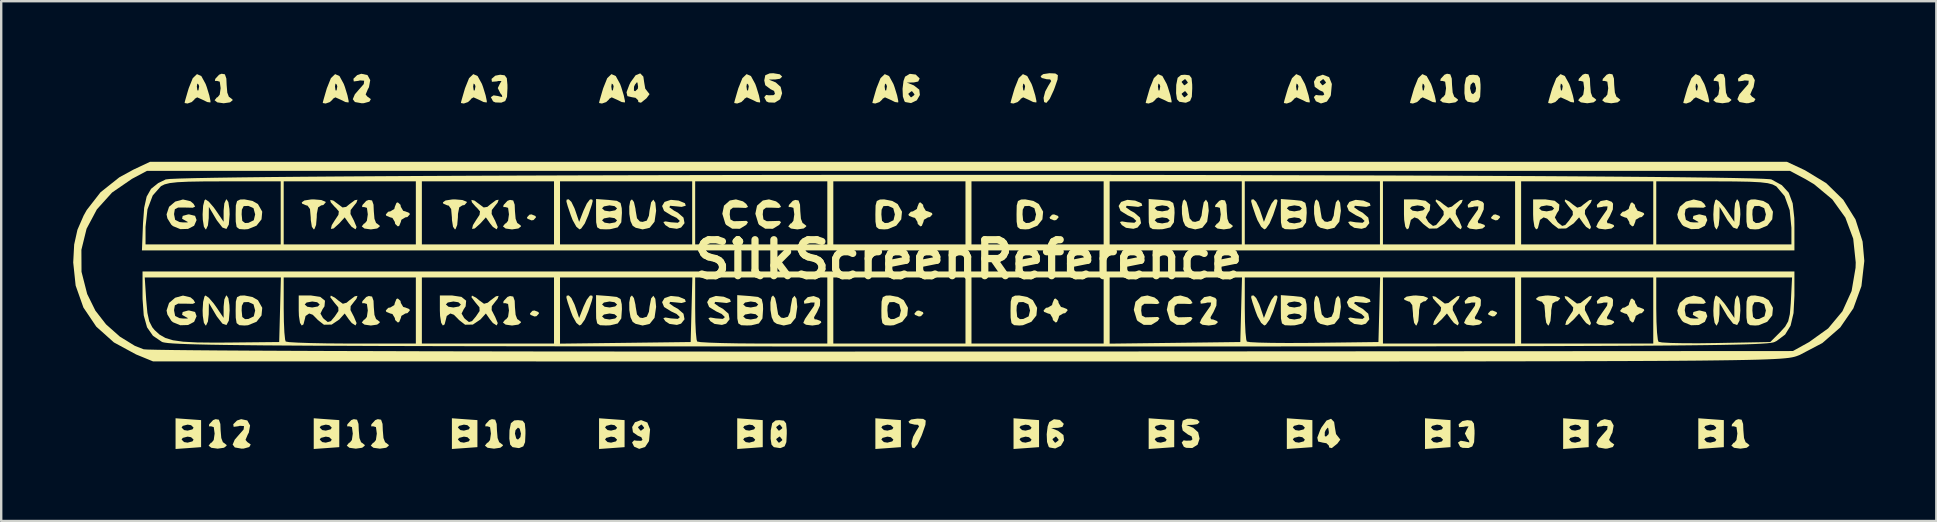
<source format=kicad_pcb>
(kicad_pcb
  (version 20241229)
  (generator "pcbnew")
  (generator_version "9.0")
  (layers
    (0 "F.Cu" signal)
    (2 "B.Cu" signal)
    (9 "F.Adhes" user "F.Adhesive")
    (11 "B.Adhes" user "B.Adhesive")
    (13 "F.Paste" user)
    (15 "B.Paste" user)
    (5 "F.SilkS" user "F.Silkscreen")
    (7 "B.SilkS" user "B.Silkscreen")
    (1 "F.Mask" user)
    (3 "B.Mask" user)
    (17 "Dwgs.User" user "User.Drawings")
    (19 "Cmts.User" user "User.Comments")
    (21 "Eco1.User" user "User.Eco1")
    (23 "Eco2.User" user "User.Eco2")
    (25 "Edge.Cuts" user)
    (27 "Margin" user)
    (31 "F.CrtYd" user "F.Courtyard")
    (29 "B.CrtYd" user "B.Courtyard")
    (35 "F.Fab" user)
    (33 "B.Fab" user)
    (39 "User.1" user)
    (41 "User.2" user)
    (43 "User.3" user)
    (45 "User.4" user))
  (footprint "SilkScreenReference"
    (layer "F.Cu")
    (at 37.297 7.758)
    (property "Reference" "SilkScreenReference" (at 0 0 0) (layer "F.SilkS") (effects (font (size 1.5 1.5) (thickness 0.3))))
    (attr board_only exclude_from_pos_files exclude_from_bom)
    (fp_poly (pts (xy -18.039 -1.809) (xy -18.018 -1.752) (xy -18.119 -1.641) (xy -18.205 -1.627) (xy -18.372 -1.694) (xy -18.393 -1.752) (xy -18.292 -1.863) (xy -18.205 -1.877)) (stroke (width 0) (type solid)) (fill yes) (layer "F.SilkS"))
    (fp_poly (pts (xy -17.914 2.195) (xy -17.893 2.252) (xy -17.994 2.363) (xy -18.08 2.377) (xy -18.247 2.31) (xy -18.268 2.252) (xy -18.167 2.141) (xy -18.08 2.127)) (stroke (width 0) (type solid)) (fill yes) (layer "F.SilkS"))
    (fp_poly (pts (xy -1.898 2.195) (xy -1.877 2.252) (xy -1.978 2.363) (xy -2.065 2.377) (xy -2.231 2.31) (xy -2.252 2.252) (xy -2.151 2.141) (xy -2.065 2.127)) (stroke (width 0) (type solid)) (fill yes) (layer "F.SilkS"))
    (fp_poly (pts (xy 3.733 -1.809) (xy 3.754 -1.752) (xy 3.652 -1.641) (xy 3.566 -1.627) (xy 3.4 -1.694) (xy 3.378 -1.752) (xy 3.48 -1.863) (xy 3.566 -1.877)) (stroke (width 0) (type solid)) (fill yes) (layer "F.SilkS"))
    (fp_poly (pts (xy 22.001 2.195) (xy 22.022 2.252) (xy 21.92 2.363) (xy 21.834 2.377) (xy 21.667 2.31) (xy 21.646 2.252) (xy 21.748 2.141) (xy 21.834 2.127)) (stroke (width 0) (type solid)) (fill yes) (layer "F.SilkS"))
    (fp_poly (pts (xy 22.126 -1.809) (xy 22.147 -1.752) (xy 22.045 -1.641) (xy 21.959 -1.627) (xy 21.793 -1.694) (xy 21.771 -1.752) (xy 21.873 -1.863) (xy 21.959 -1.877)) (stroke (width 0) (type solid)) (fill yes) (layer "F.SilkS"))
    (fp_poly (pts (xy -1.888 6.642) (xy -1.781 6.711) (xy -1.795 6.892) (xy -1.916 7.24) (xy -1.956 7.347) (xy -2.12 7.7) (xy -2.261 7.868) (xy -2.353 7.833) (xy -2.377 7.66) (xy -2.308 7.391) (xy -2.183 7.16) (xy -2.059 6.959) (xy -2.104 6.889) (xy -2.245 6.882) (xy -2.452 6.831) (xy -2.502 6.757) (xy -2.394 6.669) (xy -2.132 6.632) (xy -2.127 6.632)) (stroke (width 0) (type solid)) (fill yes) (layer "F.SilkS"))
    (fp_poly (pts (xy 3.618 -7.747) (xy 3.724 -7.678) (xy 3.711 -7.497) (xy 3.59 -7.149) (xy 3.549 -7.042) (xy 3.385 -6.689) (xy 3.245 -6.521) (xy 3.152 -6.556) (xy 3.128 -6.729) (xy 3.198 -6.998) (xy 3.323 -7.229) (xy 3.446 -7.43) (xy 3.402 -7.5) (xy 3.26 -7.507) (xy 3.053 -7.558) (xy 3.003 -7.633) (xy 3.112 -7.72) (xy 3.374 -7.758) (xy 3.378 -7.758)) (stroke (width 0) (type solid)) (fill yes) (layer "F.SilkS"))
    (fp_poly (pts (xy -30.044 6.708) (xy -29.928 6.918) (xy -29.981 7.215) (xy -30.027 7.299) (xy -30.119 7.517) (xy -30.047 7.606) (xy -29.901 7.71) (xy -29.963 7.816) (xy -30.193 7.879) (xy -30.28 7.883) (xy -30.565 7.832) (xy -30.655 7.714) (xy -30.569 7.51) (xy -30.405 7.32) (xy -30.197 7.083) (xy -30.181 6.943) (xy -30.353 6.931) (xy -30.42 6.949) (xy -30.614 6.974) (xy -30.629 6.864) (xy -30.473 6.711) (xy -30.301 6.654)) (stroke (width 0) (type solid)) (fill yes) (layer "F.SilkS"))
    (fp_poly (pts (xy -26.963 -2.475) (xy -26.789 -2.405) (xy -26.776 -2.377) (xy -26.878 -2.266) (xy -26.964 -2.252) (xy -27.095 -2.17) (xy -27.148 -1.896) (xy -27.152 -1.752) (xy -27.179 -1.438) (xy -27.249 -1.264) (xy -27.277 -1.251) (xy -27.355 -1.362) (xy -27.399 -1.64) (xy -27.402 -1.752) (xy -27.433 -2.1) (xy -27.536 -2.243) (xy -27.59 -2.252) (xy -27.756 -2.32) (xy -27.777 -2.377) (xy -27.666 -2.456) (xy -27.389 -2.499) (xy -27.277 -2.502)) (stroke (width 0) (type solid)) (fill yes) (layer "F.SilkS"))
    (fp_poly (pts (xy -25.039 -7.681) (xy -24.923 -7.471) (xy -24.976 -7.174) (xy -25.022 -7.09) (xy -25.114 -6.872) (xy -25.042 -6.783) (xy -24.897 -6.679) (xy -24.958 -6.573) (xy -25.188 -6.51) (xy -25.275 -6.506) (xy -25.56 -6.557) (xy -25.65 -6.675) (xy -25.564 -6.879) (xy -25.4 -7.069) (xy -25.192 -7.306) (xy -25.176 -7.446) (xy -25.348 -7.458) (xy -25.415 -7.44) (xy -25.609 -7.415) (xy -25.624 -7.526) (xy -25.468 -7.678) (xy -25.296 -7.735)) (stroke (width 0) (type solid)) (fill yes) (layer "F.SilkS"))
    (fp_poly (pts (xy -21.083 -2.475) (xy -20.908 -2.405) (xy -20.896 -2.377) (xy -20.997 -2.266) (xy -21.083 -2.252) (xy -21.214 -2.17) (xy -21.268 -1.896) (xy -21.271 -1.752) (xy -21.299 -1.438) (xy -21.368 -1.264) (xy -21.396 -1.251) (xy -21.474 -1.362) (xy -21.518 -1.64) (xy -21.521 -1.752) (xy -21.552 -2.1) (xy -21.655 -2.243) (xy -21.709 -2.252) (xy -21.875 -2.32) (xy -21.897 -2.377) (xy -21.786 -2.456) (xy -21.508 -2.499) (xy -21.396 -2.502)) (stroke (width 0) (type solid)) (fill yes) (layer "F.SilkS"))
    (fp_poly (pts (xy -9.394 -2.419) (xy -9.257 -2.312) (xy -9.183 -2.187) (xy -9.28 -2.145) (xy -9.523 -2.155) (xy -9.811 -2.157) (xy -9.928 -2.065) (xy -9.947 -1.877) (xy -9.918 -1.667) (xy -9.78 -1.592) (xy -9.523 -1.598) (xy -9.251 -1.607) (xy -9.185 -1.553) (xy -9.257 -1.442) (xy -9.525 -1.277) (xy -9.842 -1.279) (xy -10.096 -1.44) (xy -10.131 -1.493) (xy -10.255 -1.903) (xy -10.185 -2.241) (xy -9.944 -2.455) (xy -9.687 -2.502)) (stroke (width 0) (type solid)) (fill yes) (layer "F.SilkS"))
    (fp_poly (pts (xy -8.017 -2.419) (xy -7.88 -2.312) (xy -7.807 -2.187) (xy -7.904 -2.145) (xy -8.147 -2.155) (xy -8.435 -2.157) (xy -8.551 -2.065) (xy -8.571 -1.877) (xy -8.541 -1.667) (xy -8.403 -1.592) (xy -8.147 -1.598) (xy -7.875 -1.607) (xy -7.808 -1.553) (xy -7.88 -1.442) (xy -8.149 -1.277) (xy -8.466 -1.279) (xy -8.719 -1.44) (xy -8.754 -1.493) (xy -8.879 -1.903) (xy -8.809 -2.241) (xy -8.567 -2.455) (xy -8.311 -2.502)) (stroke (width 0) (type solid)) (fill yes) (layer "F.SilkS"))
    (fp_poly (pts (xy 7.748 1.584) (xy 7.885 1.692) (xy 7.959 1.817) (xy 7.862 1.859) (xy 7.619 1.848) (xy 7.331 1.847) (xy 7.214 1.939) (xy 7.195 2.127) (xy 7.224 2.337) (xy 7.362 2.412) (xy 7.619 2.406) (xy 7.891 2.397) (xy 7.957 2.451) (xy 7.885 2.562) (xy 7.617 2.726) (xy 7.3 2.725) (xy 7.046 2.564) (xy 7.011 2.511) (xy 6.887 2.101) (xy 6.957 1.763) (xy 7.198 1.549) (xy 7.455 1.501)) (stroke (width 0) (type solid)) (fill yes) (layer "F.SilkS"))
    (fp_poly (pts (xy 9.124 1.584) (xy 9.262 1.692) (xy 9.335 1.817) (xy 9.238 1.859) (xy 8.995 1.848) (xy 8.707 1.847) (xy 8.591 1.939) (xy 8.571 2.127) (xy 8.6 2.337) (xy 8.738 2.412) (xy 8.995 2.406) (xy 9.267 2.397) (xy 9.334 2.451) (xy 9.262 2.562) (xy 8.993 2.726) (xy 8.676 2.725) (xy 8.423 2.564) (xy 8.388 2.511) (xy 8.263 2.101) (xy 8.333 1.763) (xy 8.575 1.549) (xy 8.831 1.501)) (stroke (width 0) (type solid)) (fill yes) (layer "F.SilkS"))
    (fp_poly (pts (xy 18.957 1.529) (xy 19.131 1.599) (xy 19.144 1.627) (xy 19.042 1.738) (xy 18.956 1.752) (xy 18.826 1.834) (xy 18.772 2.108) (xy 18.768 2.252) (xy 18.741 2.566) (xy 18.671 2.74) (xy 18.643 2.753) (xy 18.565 2.642) (xy 18.521 2.364) (xy 18.518 2.252) (xy 18.487 1.904) (xy 18.384 1.761) (xy 18.331 1.752) (xy 18.164 1.684) (xy 18.143 1.627) (xy 18.254 1.548) (xy 18.531 1.505) (xy 18.643 1.501)) (stroke (width 0) (type solid)) (fill yes) (layer "F.SilkS"))
    (fp_poly (pts (xy 24.462 1.529) (xy 24.636 1.599) (xy 24.649 1.627) (xy 24.548 1.738) (xy 24.462 1.752) (xy 24.331 1.834) (xy 24.277 2.108) (xy 24.274 2.252) (xy 24.246 2.566) (xy 24.177 2.74) (xy 24.149 2.753) (xy 24.07 2.642) (xy 24.027 2.364) (xy 24.024 2.252) (xy 23.993 1.904) (xy 23.89 1.761) (xy 23.836 1.752) (xy 23.669 1.684) (xy 23.648 1.627) (xy 23.759 1.548) (xy 24.037 1.505) (xy 24.149 1.501)) (stroke (width 0) (type solid)) (fill yes) (layer "F.SilkS"))
    (fp_poly (pts (xy 26.762 6.708) (xy 26.878 6.918) (xy 26.825 7.215) (xy 26.779 7.299) (xy 26.687 7.517) (xy 26.759 7.606) (xy 26.904 7.71) (xy 26.843 7.816) (xy 26.613 7.879) (xy 26.526 7.883) (xy 26.241 7.832) (xy 26.151 7.714) (xy 26.237 7.51) (xy 26.401 7.32) (xy 26.609 7.083) (xy 26.625 6.943) (xy 26.453 6.931) (xy 26.386 6.949) (xy 26.192 6.974) (xy 26.177 6.864) (xy 26.333 6.711) (xy 26.505 6.654)) (stroke (width 0) (type solid)) (fill yes) (layer "F.SilkS"))
    (fp_poly (pts (xy 32.643 -7.681) (xy 32.759 -7.471) (xy 32.706 -7.174) (xy 32.66 -7.09) (xy 32.567 -6.872) (xy 32.64 -6.783) (xy 32.785 -6.679) (xy 32.724 -6.573) (xy 32.494 -6.51) (xy 32.407 -6.506) (xy 32.122 -6.557) (xy 32.032 -6.675) (xy 32.117 -6.879) (xy 32.282 -7.069) (xy 32.489 -7.306) (xy 32.506 -7.446) (xy 32.333 -7.458) (xy 32.267 -7.44) (xy 32.073 -7.415) (xy 32.058 -7.526) (xy 32.214 -7.678) (xy 32.386 -7.735)) (stroke (width 0) (type solid)) (fill yes) (layer "F.SilkS"))
    (fp_poly (pts (xy -13.937 -2.392) (xy -13.874 -2.117) (xy -13.865 -2.033) (xy -13.81 -1.714) (xy -13.69 -1.581) (xy -13.576 -1.564) (xy -13.401 -1.618) (xy -13.313 -1.821) (xy -13.287 -2.033) (xy -13.221 -2.381) (xy -13.128 -2.491) (xy -13.046 -2.364) (xy -13.013 -2.027) (xy -13.079 -1.572) (xy -13.282 -1.318) (xy -13.576 -1.251) (xy -13.863 -1.319) (xy -13.989 -1.401) (xy -14.08 -1.596) (xy -14.129 -1.896) (xy -14.132 -2.208) (xy -14.089 -2.438) (xy -14.021 -2.502)) (stroke (width 0) (type solid)) (fill yes) (layer "F.SilkS"))
    (fp_poly (pts (xy -13.937 1.612) (xy -13.874 1.887) (xy -13.865 1.971) (xy -13.81 2.29) (xy -13.69 2.423) (xy -13.576 2.44) (xy -13.401 2.386) (xy -13.313 2.183) (xy -13.287 1.971) (xy -13.221 1.623) (xy -13.128 1.513) (xy -13.046 1.64) (xy -13.013 1.977) (xy -13.079 2.432) (xy -13.282 2.686) (xy -13.576 2.753) (xy -13.863 2.685) (xy -13.989 2.603) (xy -14.08 2.408) (xy -14.129 2.108) (xy -14.132 1.796) (xy -14.089 1.566) (xy -14.021 1.501)) (stroke (width 0) (type solid)) (fill yes) (layer "F.SilkS"))
    (fp_poly (pts (xy -8.056 1.612) (xy -7.993 1.887) (xy -7.984 1.971) (xy -7.929 2.29) (xy -7.809 2.423) (xy -7.695 2.44) (xy -7.52 2.386) (xy -7.432 2.183) (xy -7.406 1.971) (xy -7.341 1.623) (xy -7.247 1.513) (xy -7.165 1.64) (xy -7.132 1.977) (xy -7.198 2.432) (xy -7.402 2.686) (xy -7.695 2.753) (xy -7.982 2.685) (xy -8.108 2.603) (xy -8.199 2.408) (xy -8.248 2.108) (xy -8.252 1.796) (xy -8.208 1.566) (xy -8.141 1.501)) (stroke (width 0) (type solid)) (fill yes) (layer "F.SilkS"))
    (fp_poly (pts (xy 9.086 -2.392) (xy 9.149 -2.117) (xy 9.158 -2.033) (xy 9.213 -1.714) (xy 9.332 -1.581) (xy 9.447 -1.564) (xy 9.622 -1.618) (xy 9.709 -1.821) (xy 9.736 -2.033) (xy 9.801 -2.381) (xy 9.894 -2.491) (xy 9.977 -2.364) (xy 10.01 -2.027) (xy 9.944 -1.572) (xy 9.74 -1.318) (xy 9.447 -1.251) (xy 9.16 -1.319) (xy 9.034 -1.401) (xy 8.943 -1.596) (xy 8.894 -1.896) (xy 8.89 -2.208) (xy 8.934 -2.438) (xy 9.001 -2.502)) (stroke (width 0) (type solid)) (fill yes) (layer "F.SilkS"))
    (fp_poly (pts (xy 14.592 -2.392) (xy 14.654 -2.117) (xy 14.663 -2.033) (xy 14.718 -1.714) (xy 14.838 -1.581) (xy 14.952 -1.564) (xy 15.127 -1.618) (xy 15.215 -1.821) (xy 15.241 -2.033) (xy 15.307 -2.381) (xy 15.4 -2.491) (xy 15.482 -2.364) (xy 15.515 -2.027) (xy 15.449 -1.572) (xy 15.246 -1.318) (xy 14.952 -1.251) (xy 14.665 -1.319) (xy 14.539 -1.401) (xy 14.448 -1.596) (xy 14.399 -1.896) (xy 14.396 -2.208) (xy 14.44 -2.438) (xy 14.507 -2.502)) (stroke (width 0) (type solid)) (fill yes) (layer "F.SilkS"))
    (fp_poly (pts (xy 14.592 1.612) (xy 14.654 1.887) (xy 14.663 1.971) (xy 14.718 2.29) (xy 14.838 2.423) (xy 14.952 2.44) (xy 15.127 2.386) (xy 15.215 2.183) (xy 15.241 1.971) (xy 15.307 1.623) (xy 15.4 1.513) (xy 15.482 1.64) (xy 15.515 1.977) (xy 15.449 2.432) (xy 15.246 2.686) (xy 14.952 2.753) (xy 14.665 2.685) (xy 14.539 2.603) (xy 14.448 2.408) (xy 14.399 2.108) (xy 14.396 1.796) (xy 14.44 1.566) (xy 14.507 1.501)) (stroke (width 0) (type solid)) (fill yes) (layer "F.SilkS"))
    (fp_poly (pts (xy -23.662 -2.276) (xy -23.648 -2.19) (xy -23.548 -2.024) (xy -23.461 -2.002) (xy -23.294 -1.934) (xy -23.273 -1.877) (xy -23.374 -1.766) (xy -23.461 -1.752) (xy -23.626 -1.652) (xy -23.648 -1.564) (xy -23.716 -1.398) (xy -23.773 -1.376) (xy -23.884 -1.478) (xy -23.899 -1.564) (xy -23.999 -1.73) (xy -24.086 -1.752) (xy -24.253 -1.819) (xy -24.274 -1.877) (xy -24.173 -1.988) (xy -24.086 -2.002) (xy -23.92 -2.102) (xy -23.899 -2.19) (xy -23.831 -2.356) (xy -23.773 -2.377)) (stroke (width 0) (type solid)) (fill yes) (layer "F.SilkS"))
    (fp_poly (pts (xy -23.662 1.728) (xy -23.648 1.814) (xy -23.548 1.98) (xy -23.461 2.002) (xy -23.294 2.07) (xy -23.273 2.127) (xy -23.374 2.238) (xy -23.461 2.252) (xy -23.626 2.352) (xy -23.648 2.44) (xy -23.716 2.606) (xy -23.773 2.628) (xy -23.884 2.526) (xy -23.899 2.44) (xy -23.999 2.274) (xy -24.086 2.252) (xy -24.253 2.185) (xy -24.274 2.127) (xy -24.173 2.016) (xy -24.086 2.002) (xy -23.92 1.902) (xy -23.899 1.814) (xy -23.831 1.648) (xy -23.773 1.627)) (stroke (width 0) (type solid)) (fill yes) (layer "F.SilkS"))
    (fp_poly (pts (xy -16.651 -2.502) (xy -16.542 -2.396) (xy -16.413 -2.13) (xy -16.378 -2.033) (xy -16.22 -1.564) (xy -16.038 -2.033) (xy -15.9 -2.329) (xy -15.776 -2.491) (xy -15.749 -2.502) (xy -15.674 -2.496) (xy -15.653 -2.438) (xy -15.695 -2.271) (xy -15.806 -1.936) (xy -15.84 -1.837) (xy -15.985 -1.498) (xy -16.135 -1.287) (xy -16.203 -1.251) (xy -16.335 -1.36) (xy -16.489 -1.636) (xy -16.567 -1.837) (xy -16.695 -2.215) (xy -16.75 -2.413) (xy -16.741 -2.49) (xy -16.674 -2.503)) (stroke (width 0) (type solid)) (fill yes) (layer "F.SilkS"))
    (fp_poly (pts (xy -16.651 1.501) (xy -16.542 1.608) (xy -16.413 1.874) (xy -16.378 1.971) (xy -16.22 2.44) (xy -16.038 1.971) (xy -15.9 1.675) (xy -15.776 1.513) (xy -15.749 1.501) (xy -15.674 1.508) (xy -15.653 1.566) (xy -15.695 1.733) (xy -15.806 2.068) (xy -15.84 2.167) (xy -15.985 2.506) (xy -16.135 2.717) (xy -16.203 2.753) (xy -16.335 2.644) (xy -16.489 2.368) (xy -16.567 2.167) (xy -16.695 1.789) (xy -16.75 1.591) (xy -16.741 1.514) (xy -16.674 1.501)) (stroke (width 0) (type solid)) (fill yes) (layer "F.SilkS"))
    (fp_poly (pts (xy -1.891 -2.276) (xy -1.877 -2.19) (xy -1.777 -2.024) (xy -1.689 -2.002) (xy -1.523 -1.934) (xy -1.501 -1.877) (xy -1.603 -1.766) (xy -1.689 -1.752) (xy -1.855 -1.652) (xy -1.877 -1.564) (xy -1.944 -1.398) (xy -2.002 -1.376) (xy -2.113 -1.478) (xy -2.127 -1.564) (xy -2.227 -1.73) (xy -2.315 -1.752) (xy -2.481 -1.819) (xy -2.502 -1.877) (xy -2.401 -1.988) (xy -2.315 -2.002) (xy -2.149 -2.102) (xy -2.127 -2.19) (xy -2.06 -2.356) (xy -2.002 -2.377)) (stroke (width 0) (type solid)) (fill yes) (layer "F.SilkS"))
    (fp_poly (pts (xy 3.74 1.728) (xy 3.754 1.814) (xy 3.854 1.98) (xy 3.941 2.002) (xy 4.108 2.07) (xy 4.129 2.127) (xy 4.028 2.238) (xy 3.941 2.252) (xy 3.775 2.352) (xy 3.754 2.44) (xy 3.686 2.606) (xy 3.629 2.628) (xy 3.518 2.526) (xy 3.503 2.44) (xy 3.403 2.274) (xy 3.316 2.252) (xy 3.149 2.185) (xy 3.128 2.127) (xy 3.229 2.016) (xy 3.316 2.002) (xy 3.482 1.902) (xy 3.503 1.814) (xy 3.571 1.648) (xy 3.629 1.627)) (stroke (width 0) (type solid)) (fill yes) (layer "F.SilkS"))
    (fp_poly (pts (xy 11.877 -2.502) (xy 11.986 -2.396) (xy 12.115 -2.13) (xy 12.15 -2.033) (xy 12.308 -1.564) (xy 12.49 -2.033) (xy 12.628 -2.329) (xy 12.752 -2.491) (xy 12.78 -2.502) (xy 12.854 -2.496) (xy 12.875 -2.438) (xy 12.834 -2.271) (xy 12.722 -1.936) (xy 12.688 -1.837) (xy 12.543 -1.498) (xy 12.393 -1.287) (xy 12.325 -1.251) (xy 12.193 -1.36) (xy 12.039 -1.636) (xy 11.961 -1.837) (xy 11.833 -2.215) (xy 11.778 -2.413) (xy 11.787 -2.49) (xy 11.854 -2.503)) (stroke (width 0) (type solid)) (fill yes) (layer "F.SilkS"))
    (fp_poly (pts (xy 11.877 1.501) (xy 11.986 1.608) (xy 12.115 1.874) (xy 12.15 1.971) (xy 12.308 2.44) (xy 12.49 1.971) (xy 12.628 1.675) (xy 12.752 1.513) (xy 12.78 1.501) (xy 12.854 1.508) (xy 12.875 1.566) (xy 12.834 1.733) (xy 12.722 2.068) (xy 12.688 2.167) (xy 12.543 2.506) (xy 12.393 2.717) (xy 12.325 2.753) (xy 12.193 2.644) (xy 12.039 2.368) (xy 11.961 2.167) (xy 11.833 1.789) (xy 11.778 1.591) (xy 11.787 1.514) (xy 11.854 1.501)) (stroke (width 0) (type solid)) (fill yes) (layer "F.SilkS"))
    (fp_poly (pts (xy 27.763 -2.276) (xy 27.777 -2.19) (xy 27.877 -2.024) (xy 27.965 -2.002) (xy 28.132 -1.934) (xy 28.153 -1.877) (xy 28.051 -1.766) (xy 27.965 -1.752) (xy 27.799 -1.652) (xy 27.777 -1.564) (xy 27.71 -1.398) (xy 27.652 -1.376) (xy 27.541 -1.478) (xy 27.527 -1.564) (xy 27.427 -1.73) (xy 27.339 -1.752) (xy 27.173 -1.819) (xy 27.152 -1.877) (xy 27.253 -1.988) (xy 27.339 -2.002) (xy 27.505 -2.102) (xy 27.527 -2.19) (xy 27.595 -2.356) (xy 27.652 -2.377)) (stroke (width 0) (type solid)) (fill yes) (layer "F.SilkS"))
    (fp_poly (pts (xy 27.763 1.728) (xy 27.777 1.814) (xy 27.877 1.98) (xy 27.965 2.002) (xy 28.132 2.07) (xy 28.153 2.127) (xy 28.051 2.238) (xy 27.965 2.252) (xy 27.799 2.352) (xy 27.777 2.44) (xy 27.71 2.606) (xy 27.652 2.628) (xy 27.541 2.526) (xy 27.527 2.44) (xy 27.427 2.274) (xy 27.339 2.252) (xy 27.173 2.185) (xy 27.152 2.127) (xy 27.253 2.016) (xy 27.339 2.002) (xy 27.505 1.902) (xy 27.527 1.814) (xy 27.595 1.648) (xy 27.652 1.627)) (stroke (width 0) (type solid)) (fill yes) (layer "F.SilkS"))
    (fp_poly (pts (xy -31.228 6.677) (xy -31.167 6.853) (xy -31.156 7.123) (xy -31.128 7.44) (xy -31.06 7.618) (xy -31.031 7.633) (xy -30.909 7.728) (xy -30.905 7.758) (xy -31.014 7.845) (xy -31.276 7.883) (xy -31.281 7.883) (xy -31.544 7.847) (xy -31.656 7.759) (xy -31.656 7.758) (xy -31.561 7.636) (xy -31.531 7.633) (xy -31.444 7.524) (xy -31.406 7.261) (xy -31.406 7.25) (xy -31.442 6.985) (xy -31.547 6.954) (xy -31.643 6.953) (xy -31.631 6.868) (xy -31.47 6.694) (xy -31.364 6.654)) (stroke (width 0) (type solid)) (fill yes) (layer "F.SilkS"))
    (fp_poly (pts (xy -30.978 -7.712) (xy -30.917 -7.536) (xy -30.905 -7.266) (xy -30.878 -6.95) (xy -30.81 -6.771) (xy -30.78 -6.757) (xy -30.659 -6.661) (xy -30.655 -6.632) (xy -30.764 -6.544) (xy -31.026 -6.506) (xy -31.031 -6.506) (xy -31.294 -6.543) (xy -31.406 -6.63) (xy -31.406 -6.632) (xy -31.311 -6.753) (xy -31.281 -6.757) (xy -31.194 -6.866) (xy -31.156 -7.129) (xy -31.156 -7.139) (xy -31.192 -7.405) (xy -31.297 -7.435) (xy -31.393 -7.436) (xy -31.38 -7.521) (xy -31.22 -7.695) (xy -31.114 -7.736)) (stroke (width 0) (type solid)) (fill yes) (layer "F.SilkS"))
    (fp_poly (pts (xy -25.472 6.677) (xy -25.411 6.853) (xy -25.4 7.123) (xy -25.373 7.44) (xy -25.304 7.618) (xy -25.275 7.633) (xy -25.153 7.728) (xy -25.15 7.758) (xy -25.258 7.845) (xy -25.52 7.883) (xy -25.525 7.883) (xy -25.789 7.847) (xy -25.9 7.759) (xy -25.9 7.758) (xy -25.805 7.636) (xy -25.775 7.633) (xy -25.688 7.524) (xy -25.65 7.261) (xy -25.65 7.25) (xy -25.686 6.985) (xy -25.792 6.954) (xy -25.887 6.953) (xy -25.875 6.868) (xy -25.715 6.694) (xy -25.609 6.654)) (stroke (width 0) (type solid)) (fill yes) (layer "F.SilkS"))
    (fp_poly (pts (xy -24.847 -2.457) (xy -24.786 -2.281) (xy -24.774 -2.011) (xy -24.747 -1.694) (xy -24.679 -1.516) (xy -24.649 -1.501) (xy -24.528 -1.406) (xy -24.524 -1.376) (xy -24.633 -1.289) (xy -24.895 -1.251) (xy -24.9 -1.251) (xy -25.163 -1.287) (xy -25.275 -1.375) (xy -25.275 -1.376) (xy -25.18 -1.498) (xy -25.15 -1.501) (xy -25.063 -1.61) (xy -25.025 -1.873) (xy -25.025 -1.884) (xy -25.061 -2.149) (xy -25.166 -2.18) (xy -25.262 -2.181) (xy -25.249 -2.266) (xy -25.089 -2.44) (xy -24.983 -2.48)) (stroke (width 0) (type solid)) (fill yes) (layer "F.SilkS"))
    (fp_poly (pts (xy -24.847 1.547) (xy -24.786 1.723) (xy -24.774 1.993) (xy -24.747 2.31) (xy -24.679 2.488) (xy -24.649 2.502) (xy -24.528 2.598) (xy -24.524 2.628) (xy -24.633 2.715) (xy -24.895 2.753) (xy -24.9 2.753) (xy -25.163 2.716) (xy -25.275 2.629) (xy -25.275 2.628) (xy -25.18 2.506) (xy -25.15 2.502) (xy -25.063 2.394) (xy -25.025 2.13) (xy -25.025 2.12) (xy -25.061 1.855) (xy -25.166 1.824) (xy -25.262 1.823) (xy -25.249 1.738) (xy -25.089 1.564) (xy -24.983 1.524)) (stroke (width 0) (type solid)) (fill yes) (layer "F.SilkS"))
    (fp_poly (pts (xy -24.471 6.677) (xy -24.41 6.853) (xy -24.399 7.123) (xy -24.372 7.44) (xy -24.303 7.618) (xy -24.274 7.633) (xy -24.152 7.728) (xy -24.149 7.758) (xy -24.257 7.845) (xy -24.519 7.883) (xy -24.524 7.883) (xy -24.788 7.847) (xy -24.899 7.759) (xy -24.9 7.758) (xy -24.804 7.636) (xy -24.774 7.633) (xy -24.687 7.524) (xy -24.649 7.261) (xy -24.649 7.25) (xy -24.685 6.985) (xy -24.791 6.954) (xy -24.886 6.953) (xy -24.874 6.868) (xy -24.714 6.694) (xy -24.608 6.654)) (stroke (width 0) (type solid)) (fill yes) (layer "F.SilkS"))
    (fp_poly (pts (xy -19.717 6.677) (xy -19.656 6.853) (xy -19.644 7.123) (xy -19.617 7.44) (xy -19.549 7.618) (xy -19.519 7.633) (xy -19.398 7.728) (xy -19.394 7.758) (xy -19.503 7.845) (xy -19.765 7.883) (xy -19.769 7.883) (xy -20.033 7.847) (xy -20.145 7.759) (xy -20.145 7.758) (xy -20.05 7.636) (xy -20.02 7.633) (xy -19.933 7.524) (xy -19.895 7.261) (xy -19.895 7.25) (xy -19.931 6.985) (xy -20.036 6.954) (xy -20.132 6.953) (xy -20.119 6.868) (xy -19.959 6.694) (xy -19.853 6.654)) (stroke (width 0) (type solid)) (fill yes) (layer "F.SilkS"))
    (fp_poly (pts (xy -19.322 -7.67) (xy -19.233 -7.551) (xy -19.207 -7.27) (xy -19.206 -7.132) (xy -19.225 -6.774) (xy -19.3 -6.597) (xy -19.461 -6.533) (xy -19.462 -6.532) (xy -19.71 -6.541) (xy -19.806 -6.585) (xy -19.898 -6.759) (xy -19.785 -6.836) (xy -19.614 -6.81) (xy -19.423 -6.764) (xy -19.436 -6.84) (xy -19.504 -6.926) (xy -19.609 -7.138) (xy -19.527 -7.31) (xy -19.455 -7.433) (xy -19.578 -7.435) (xy -19.654 -7.416) (xy -19.854 -7.401) (xy -19.87 -7.52) (xy -19.714 -7.655) (xy -19.509 -7.695)) (stroke (width 0) (type solid)) (fill yes) (layer "F.SilkS"))
    (fp_poly (pts (xy -18.966 -2.457) (xy -18.905 -2.281) (xy -18.894 -2.011) (xy -18.866 -1.694) (xy -18.798 -1.516) (xy -18.768 -1.501) (xy -18.647 -1.406) (xy -18.643 -1.376) (xy -18.752 -1.289) (xy -19.014 -1.251) (xy -19.019 -1.251) (xy -19.282 -1.287) (xy -19.394 -1.375) (xy -19.394 -1.376) (xy -19.299 -1.498) (xy -19.269 -1.501) (xy -19.182 -1.61) (xy -19.144 -1.873) (xy -19.144 -1.884) (xy -19.18 -2.149) (xy -19.285 -2.18) (xy -19.381 -2.181) (xy -19.369 -2.266) (xy -19.208 -2.44) (xy -19.102 -2.48)) (stroke (width 0) (type solid)) (fill yes) (layer "F.SilkS"))
    (fp_poly (pts (xy -18.966 1.547) (xy -18.905 1.723) (xy -18.894 1.993) (xy -18.866 2.31) (xy -18.798 2.488) (xy -18.768 2.502) (xy -18.647 2.598) (xy -18.643 2.628) (xy -18.752 2.715) (xy -19.014 2.753) (xy -19.019 2.753) (xy -19.282 2.716) (xy -19.394 2.629) (xy -19.394 2.628) (xy -19.299 2.506) (xy -19.269 2.502) (xy -19.182 2.394) (xy -19.144 2.13) (xy -19.144 2.12) (xy -19.18 1.855) (xy -19.285 1.824) (xy -19.381 1.823) (xy -19.369 1.738) (xy -19.208 1.564) (xy -19.102 1.524)) (stroke (width 0) (type solid)) (fill yes) (layer "F.SilkS"))
    (fp_poly (pts (xy -7.861 -7.713) (xy -7.761 -7.617) (xy -7.853 -7.527) (xy -8.039 -7.499) (xy -8.321 -7.492) (xy -8.031 -7.375) (xy -7.824 -7.189) (xy -7.764 -6.923) (xy -7.846 -6.672) (xy -8.065 -6.534) (xy -8.076 -6.532) (xy -8.324 -6.541) (xy -8.42 -6.585) (xy -8.509 -6.759) (xy -8.429 -6.854) (xy -8.325 -6.838) (xy -8.121 -6.844) (xy -8.062 -6.896) (xy -8.099 -7.021) (xy -8.246 -7.092) (xy -8.466 -7.258) (xy -8.508 -7.459) (xy -8.465 -7.673) (xy -8.285 -7.751) (xy -8.133 -7.758)) (stroke (width 0) (type solid)) (fill yes) (layer "F.SilkS"))
    (fp_poly (pts (xy -7.079 -2.457) (xy -7.018 -2.281) (xy -7.007 -2.011) (xy -6.98 -1.694) (xy -6.911 -1.516) (xy -6.882 -1.501) (xy -6.76 -1.406) (xy -6.757 -1.376) (xy -6.865 -1.289) (xy -7.127 -1.251) (xy -7.132 -1.251) (xy -7.396 -1.287) (xy -7.507 -1.375) (xy -7.507 -1.376) (xy -7.412 -1.498) (xy -7.382 -1.501) (xy -7.295 -1.61) (xy -7.257 -1.873) (xy -7.257 -1.884) (xy -7.293 -2.149) (xy -7.398 -2.18) (xy -7.494 -2.181) (xy -7.482 -2.266) (xy -7.322 -2.44) (xy -7.215 -2.48)) (stroke (width 0) (type solid)) (fill yes) (layer "F.SilkS"))
    (fp_poly (pts (xy 9.531 6.676) (xy 9.631 6.772) (xy 9.539 6.862) (xy 9.353 6.89) (xy 9.071 6.898) (xy 9.361 7.014) (xy 9.568 7.2) (xy 9.628 7.466) (xy 9.546 7.717) (xy 9.327 7.855) (xy 9.317 7.857) (xy 9.068 7.848) (xy 8.972 7.805) (xy 8.883 7.63) (xy 8.963 7.535) (xy 9.067 7.551) (xy 9.272 7.545) (xy 9.33 7.494) (xy 9.293 7.368) (xy 9.147 7.297) (xy 8.926 7.131) (xy 8.884 6.93) (xy 8.927 6.716) (xy 9.107 6.638) (xy 9.259 6.632)) (stroke (width 0) (type solid)) (fill yes) (layer "F.SilkS"))
    (fp_poly (pts (xy 10.688 -2.457) (xy 10.749 -2.281) (xy 10.761 -2.011) (xy 10.788 -1.694) (xy 10.856 -1.516) (xy 10.886 -1.501) (xy 11.007 -1.406) (xy 11.011 -1.376) (xy 10.902 -1.289) (xy 10.64 -1.251) (xy 10.635 -1.251) (xy 10.372 -1.287) (xy 10.26 -1.375) (xy 10.26 -1.376) (xy 10.355 -1.498) (xy 10.385 -1.501) (xy 10.472 -1.61) (xy 10.51 -1.873) (xy 10.51 -1.884) (xy 10.474 -2.149) (xy 10.369 -2.18) (xy 10.273 -2.181) (xy 10.286 -2.266) (xy 10.446 -2.44) (xy 10.552 -2.48)) (stroke (width 0) (type solid)) (fill yes) (layer "F.SilkS"))
    (fp_poly (pts (xy 20.072 -7.712) (xy 20.134 -7.536) (xy 20.145 -7.266) (xy 20.172 -6.95) (xy 20.24 -6.771) (xy 20.27 -6.757) (xy 20.391 -6.661) (xy 20.395 -6.632) (xy 20.286 -6.544) (xy 20.024 -6.506) (xy 20.02 -6.506) (xy 19.756 -6.543) (xy 19.644 -6.63) (xy 19.644 -6.632) (xy 19.74 -6.753) (xy 19.769 -6.757) (xy 19.857 -6.866) (xy 19.895 -7.129) (xy 19.895 -7.139) (xy 19.858 -7.405) (xy 19.753 -7.435) (xy 19.658 -7.436) (xy 19.67 -7.521) (xy 19.83 -7.695) (xy 19.936 -7.736)) (stroke (width 0) (type solid)) (fill yes) (layer "F.SilkS"))
    (fp_poly (pts (xy 20.968 6.719) (xy 21.056 6.838) (xy 21.082 7.119) (xy 21.083 7.257) (xy 21.065 7.615) (xy 20.989 7.792) (xy 20.829 7.857) (xy 20.828 7.857) (xy 20.579 7.848) (xy 20.484 7.805) (xy 20.392 7.63) (xy 20.505 7.553) (xy 20.676 7.58) (xy 20.867 7.625) (xy 20.854 7.549) (xy 20.785 7.463) (xy 20.681 7.251) (xy 20.762 7.079) (xy 20.834 6.956) (xy 20.711 6.955) (xy 20.636 6.973) (xy 20.436 6.988) (xy 20.42 6.869) (xy 20.576 6.734) (xy 20.781 6.694)) (stroke (width 0) (type solid)) (fill yes) (layer "F.SilkS"))
    (fp_poly (pts (xy 25.828 -7.712) (xy 25.889 -7.536) (xy 25.9 -7.266) (xy 25.928 -6.95) (xy 25.996 -6.771) (xy 26.026 -6.757) (xy 26.147 -6.661) (xy 26.151 -6.632) (xy 26.042 -6.544) (xy 25.78 -6.506) (xy 25.775 -6.506) (xy 25.512 -6.543) (xy 25.4 -6.63) (xy 25.4 -6.632) (xy 25.495 -6.753) (xy 25.525 -6.757) (xy 25.612 -6.866) (xy 25.65 -7.129) (xy 25.65 -7.139) (xy 25.614 -7.405) (xy 25.509 -7.435) (xy 25.413 -7.436) (xy 25.425 -7.521) (xy 25.586 -7.695) (xy 25.692 -7.736)) (stroke (width 0) (type solid)) (fill yes) (layer "F.SilkS"))
    (fp_poly (pts (xy 26.829 -7.712) (xy 26.89 -7.536) (xy 26.901 -7.266) (xy 26.929 -6.95) (xy 26.997 -6.771) (xy 27.027 -6.757) (xy 27.148 -6.661) (xy 27.152 -6.632) (xy 27.043 -6.544) (xy 26.781 -6.506) (xy 26.776 -6.506) (xy 26.513 -6.543) (xy 26.401 -6.63) (xy 26.401 -6.632) (xy 26.496 -6.753) (xy 26.526 -6.757) (xy 26.613 -6.866) (xy 26.651 -7.129) (xy 26.651 -7.139) (xy 26.615 -7.405) (xy 26.51 -7.435) (xy 26.414 -7.436) (xy 26.426 -7.521) (xy 26.587 -7.695) (xy 26.693 -7.736)) (stroke (width 0) (type solid)) (fill yes) (layer "F.SilkS"))
    (fp_poly (pts (xy 31.459 -7.712) (xy 31.52 -7.536) (xy 31.531 -7.266) (xy 31.558 -6.95) (xy 31.627 -6.771) (xy 31.656 -6.757) (xy 31.778 -6.661) (xy 31.781 -6.632) (xy 31.673 -6.544) (xy 31.411 -6.506) (xy 31.406 -6.506) (xy 31.142 -6.543) (xy 31.031 -6.63) (xy 31.031 -6.632) (xy 31.126 -6.753) (xy 31.156 -6.757) (xy 31.243 -6.866) (xy 31.281 -7.129) (xy 31.281 -7.139) (xy 31.245 -7.405) (xy 31.139 -7.435) (xy 31.044 -7.436) (xy 31.056 -7.521) (xy 31.216 -7.695) (xy 31.322 -7.736)) (stroke (width 0) (type solid)) (fill yes) (layer "F.SilkS"))
    (fp_poly (pts (xy 32.209 6.677) (xy 32.271 6.853) (xy 32.282 7.123) (xy 32.309 7.44) (xy 32.377 7.618) (xy 32.407 7.633) (xy 32.528 7.728) (xy 32.532 7.758) (xy 32.423 7.845) (xy 32.161 7.883) (xy 32.157 7.883) (xy 31.893 7.847) (xy 31.781 7.759) (xy 31.781 7.758) (xy 31.876 7.636) (xy 31.906 7.633) (xy 31.994 7.524) (xy 32.031 7.261) (xy 32.032 7.25) (xy 31.995 6.985) (xy 31.89 6.954) (xy 31.794 6.953) (xy 31.807 6.868) (xy 31.967 6.694) (xy 32.073 6.654)) (stroke (width 0) (type solid)) (fill yes) (layer "F.SilkS"))
    (fp_poly (pts (xy -12.074 -2.451) (xy -11.812 -2.342) (xy -11.778 -2.238) (xy -11.951 -2.189) (xy -12.168 -2.211) (xy -12.429 -2.235) (xy -12.462 -2.173) (xy -12.269 -2.034) (xy -12.108 -1.948) (xy -11.873 -1.743) (xy -11.829 -1.511) (xy -11.973 -1.329) (xy -12.148 -1.276) (xy -12.457 -1.318) (xy -12.632 -1.433) (xy -12.712 -1.559) (xy -12.621 -1.585) (xy -12.402 -1.548) (xy -12.106 -1.528) (xy -12.024 -1.601) (xy -12.159 -1.732) (xy -12.387 -1.839) (xy -12.681 -2.021) (xy -12.764 -2.225) (xy -12.661 -2.396) (xy -12.399 -2.483)) (stroke (width 0) (type solid)) (fill yes) (layer "F.SilkS"))
    (fp_poly (pts (xy -12.074 1.553) (xy -11.812 1.662) (xy -11.778 1.766) (xy -11.951 1.815) (xy -12.168 1.793) (xy -12.429 1.769) (xy -12.462 1.831) (xy -12.269 1.97) (xy -12.108 2.056) (xy -11.873 2.261) (xy -11.829 2.493) (xy -11.973 2.675) (xy -12.148 2.728) (xy -12.457 2.686) (xy -12.632 2.571) (xy -12.712 2.445) (xy -12.621 2.419) (xy -12.402 2.456) (xy -12.106 2.476) (xy -12.024 2.403) (xy -12.159 2.272) (xy -12.387 2.165) (xy -12.681 1.983) (xy -12.764 1.779) (xy -12.661 1.608) (xy -12.399 1.521)) (stroke (width 0) (type solid)) (fill yes) (layer "F.SilkS"))
    (fp_poly (pts (xy -10.197 1.553) (xy -9.936 1.662) (xy -9.901 1.766) (xy -10.074 1.815) (xy -10.291 1.793) (xy -10.552 1.769) (xy -10.585 1.831) (xy -10.392 1.97) (xy -10.231 2.056) (xy -9.996 2.261) (xy -9.952 2.493) (xy -10.096 2.675) (xy -10.271 2.728) (xy -10.58 2.686) (xy -10.755 2.571) (xy -10.835 2.445) (xy -10.745 2.419) (xy -10.526 2.456) (xy -10.229 2.476) (xy -10.148 2.403) (xy -10.282 2.272) (xy -10.51 2.165) (xy -10.805 1.983) (xy -10.887 1.779) (xy -10.784 1.608) (xy -10.523 1.521)) (stroke (width 0) (type solid)) (fill yes) (layer "F.SilkS"))
    (fp_poly (pts (xy -6.234 1.603) (xy -6.179 1.681) (xy -6.188 1.922) (xy -6.308 2.191) (xy -6.435 2.41) (xy -6.414 2.492) (xy -6.322 2.502) (xy -6.153 2.569) (xy -6.131 2.628) (xy -6.24 2.715) (xy -6.502 2.753) (xy -6.506 2.753) (xy -6.77 2.721) (xy -6.882 2.646) (xy -6.882 2.644) (xy -6.811 2.479) (xy -6.64 2.229) (xy -6.632 2.218) (xy -6.429 1.929) (xy -6.409 1.795) (xy -6.57 1.797) (xy -6.646 1.819) (xy -6.841 1.844) (xy -6.855 1.734) (xy -6.698 1.572) (xy -6.45 1.525)) (stroke (width 0) (type solid)) (fill yes) (layer "F.SilkS"))
    (fp_poly (pts (xy 6.945 -2.451) (xy 7.206 -2.342) (xy 7.241 -2.238) (xy 7.068 -2.189) (xy 6.85 -2.211) (xy 6.59 -2.235) (xy 6.557 -2.173) (xy 6.75 -2.034) (xy 6.911 -1.948) (xy 7.146 -1.743) (xy 7.19 -1.511) (xy 7.046 -1.329) (xy 6.871 -1.276) (xy 6.562 -1.318) (xy 6.387 -1.433) (xy 6.307 -1.559) (xy 6.397 -1.585) (xy 6.616 -1.548) (xy 6.913 -1.528) (xy 6.994 -1.601) (xy 6.86 -1.732) (xy 6.632 -1.839) (xy 6.337 -2.021) (xy 6.255 -2.225) (xy 6.358 -2.396) (xy 6.619 -2.483)) (stroke (width 0) (type solid)) (fill yes) (layer "F.SilkS"))
    (fp_poly (pts (xy 10.282 1.603) (xy 10.337 1.681) (xy 10.328 1.922) (xy 10.208 2.191) (xy 10.081 2.41) (xy 10.102 2.492) (xy 10.195 2.502) (xy 10.363 2.569) (xy 10.385 2.628) (xy 10.276 2.715) (xy 10.015 2.753) (xy 10.01 2.753) (xy 9.746 2.721) (xy 9.635 2.646) (xy 9.634 2.644) (xy 9.705 2.479) (xy 9.876 2.229) (xy 9.885 2.218) (xy 10.087 1.929) (xy 10.108 1.795) (xy 9.946 1.797) (xy 9.87 1.819) (xy 9.676 1.844) (xy 9.661 1.734) (xy 9.818 1.572) (xy 10.066 1.525)) (stroke (width 0) (type solid)) (fill yes) (layer "F.SilkS"))
    (fp_poly (pts (xy 16.454 -2.451) (xy 16.716 -2.342) (xy 16.75 -2.238) (xy 16.577 -2.189) (xy 16.36 -2.211) (xy 16.099 -2.235) (xy 16.066 -2.173) (xy 16.259 -2.034) (xy 16.42 -1.948) (xy 16.655 -1.743) (xy 16.699 -1.511) (xy 16.555 -1.329) (xy 16.38 -1.276) (xy 16.071 -1.318) (xy 15.896 -1.433) (xy 15.816 -1.559) (xy 15.907 -1.585) (xy 16.126 -1.548) (xy 16.422 -1.528) (xy 16.504 -1.601) (xy 16.369 -1.732) (xy 16.141 -1.839) (xy 15.847 -2.021) (xy 15.764 -2.225) (xy 15.867 -2.396) (xy 16.129 -2.483)) (stroke (width 0) (type solid)) (fill yes) (layer "F.SilkS"))
    (fp_poly (pts (xy 16.454 1.553) (xy 16.716 1.662) (xy 16.75 1.766) (xy 16.577 1.815) (xy 16.36 1.793) (xy 16.099 1.769) (xy 16.066 1.831) (xy 16.259 1.97) (xy 16.42 2.056) (xy 16.655 2.261) (xy 16.699 2.493) (xy 16.555 2.675) (xy 16.38 2.728) (xy 16.071 2.686) (xy 15.896 2.571) (xy 15.816 2.445) (xy 15.907 2.419) (xy 16.126 2.456) (xy 16.422 2.476) (xy 16.504 2.403) (xy 16.369 2.272) (xy 16.141 2.165) (xy 15.847 1.983) (xy 15.764 1.779) (xy 15.867 1.608) (xy 16.129 1.521)) (stroke (width 0) (type solid)) (fill yes) (layer "F.SilkS"))
    (fp_poly (pts (xy 21.293 1.603) (xy 21.348 1.681) (xy 21.339 1.922) (xy 21.219 2.191) (xy 21.092 2.41) (xy 21.113 2.492) (xy 21.205 2.502) (xy 21.374 2.569) (xy 21.396 2.628) (xy 21.287 2.715) (xy 21.025 2.753) (xy 21.021 2.753) (xy 20.757 2.721) (xy 20.645 2.646) (xy 20.645 2.644) (xy 20.716 2.479) (xy 20.887 2.229) (xy 20.896 2.218) (xy 21.098 1.929) (xy 21.118 1.795) (xy 20.957 1.797) (xy 20.881 1.819) (xy 20.687 1.844) (xy 20.672 1.734) (xy 20.829 1.572) (xy 21.077 1.525)) (stroke (width 0) (type solid)) (fill yes) (layer "F.SilkS"))
    (fp_poly (pts (xy 21.418 -2.401) (xy 21.473 -2.323) (xy 21.464 -2.082) (xy 21.344 -1.813) (xy 21.217 -1.594) (xy 21.238 -1.511) (xy 21.331 -1.501) (xy 21.499 -1.435) (xy 21.521 -1.376) (xy 21.412 -1.289) (xy 21.15 -1.251) (xy 21.146 -1.251) (xy 20.882 -1.283) (xy 20.77 -1.358) (xy 20.77 -1.359) (xy 20.841 -1.525) (xy 21.012 -1.775) (xy 21.021 -1.786) (xy 21.223 -2.075) (xy 21.244 -2.209) (xy 21.082 -2.207) (xy 21.006 -2.185) (xy 20.812 -2.16) (xy 20.797 -2.27) (xy 20.954 -2.432) (xy 21.202 -2.479)) (stroke (width 0) (type solid)) (fill yes) (layer "F.SilkS"))
    (fp_poly (pts (xy 26.799 -2.401) (xy 26.853 -2.323) (xy 26.844 -2.082) (xy 26.725 -1.813) (xy 26.597 -1.594) (xy 26.618 -1.511) (xy 26.711 -1.501) (xy 26.879 -1.435) (xy 26.901 -1.376) (xy 26.793 -1.289) (xy 26.531 -1.251) (xy 26.526 -1.251) (xy 26.262 -1.283) (xy 26.151 -1.358) (xy 26.151 -1.359) (xy 26.222 -1.525) (xy 26.393 -1.775) (xy 26.401 -1.786) (xy 26.603 -2.075) (xy 26.624 -2.209) (xy 26.462 -2.207) (xy 26.386 -2.185) (xy 26.192 -2.16) (xy 26.177 -2.27) (xy 26.334 -2.432) (xy 26.582 -2.479)) (stroke (width 0) (type solid)) (fill yes) (layer "F.SilkS"))
    (fp_poly (pts (xy 26.799 1.603) (xy 26.853 1.681) (xy 26.844 1.922) (xy 26.725 2.191) (xy 26.597 2.41) (xy 26.618 2.492) (xy 26.711 2.502) (xy 26.879 2.569) (xy 26.901 2.628) (xy 26.793 2.715) (xy 26.531 2.753) (xy 26.526 2.753) (xy 26.262 2.721) (xy 26.151 2.646) (xy 26.151 2.644) (xy 26.222 2.479) (xy 26.393 2.229) (xy 26.401 2.218) (xy 26.603 1.929) (xy 26.624 1.795) (xy 26.462 1.797) (xy 26.386 1.819) (xy 26.192 1.844) (xy 26.177 1.734) (xy 26.334 1.572) (xy 26.582 1.525)) (stroke (width 0) (type solid)) (fill yes) (layer "F.SilkS"))
    (fp_poly (pts (xy -30.834 -2.39) (xy -30.789 -2.102) (xy -30.78 -1.877) (xy -30.814 -1.453) (xy -30.914 -1.27) (xy -31.081 -1.329) (xy -31.313 -1.629) (xy -31.369 -1.722) (xy -31.645 -2.19) (xy -31.651 -1.72) (xy -31.684 -1.419) (xy -31.759 -1.259) (xy -31.781 -1.251) (xy -31.853 -1.364) (xy -31.898 -1.651) (xy -31.906 -1.877) (xy -31.885 -2.234) (xy -31.829 -2.46) (xy -31.786 -2.502) (xy -31.649 -2.408) (xy -31.443 -2.168) (xy -31.348 -2.035) (xy -31.031 -1.569) (xy -31.031 -2.035) (xy -31.001 -2.336) (xy -30.928 -2.495) (xy -30.905 -2.502)) (stroke (width 0) (type solid)) (fill yes) (layer "F.SilkS"))
    (fp_poly (pts (xy -30.834 1.614) (xy -30.789 1.902) (xy -30.78 2.127) (xy -30.814 2.551) (xy -30.914 2.734) (xy -31.081 2.675) (xy -31.313 2.375) (xy -31.369 2.282) (xy -31.645 1.814) (xy -31.651 2.283) (xy -31.684 2.585) (xy -31.759 2.745) (xy -31.781 2.753) (xy -31.853 2.64) (xy -31.898 2.352) (xy -31.906 2.127) (xy -31.885 1.77) (xy -31.829 1.544) (xy -31.786 1.501) (xy -31.649 1.596) (xy -31.443 1.836) (xy -31.348 1.968) (xy -31.031 2.435) (xy -31.031 1.968) (xy -31.001 1.668) (xy -30.928 1.509) (xy -30.905 1.501)) (stroke (width 0) (type solid)) (fill yes) (layer "F.SilkS"))
    (fp_poly (pts (xy -29.827 -2.437) (xy -29.601 -2.306) (xy -29.422 -1.989) (xy -29.452 -1.67) (xy -29.66 -1.407) (xy -30.013 -1.263) (xy -30.164 -1.251) (xy -30.381 -1.266) (xy -30.489 -1.352) (xy -30.526 -1.575) (xy -30.53 -1.877) (xy -30.28 -1.877) (xy -30.253 -1.606) (xy -30.138 -1.517) (xy -29.998 -1.524) (xy -29.775 -1.632) (xy -29.717 -1.877) (xy -29.786 -2.135) (xy -29.998 -2.23) (xy -30.195 -2.221) (xy -30.271 -2.071) (xy -30.28 -1.877) (xy -30.53 -1.877) (xy -30.522 -2.247) (xy -30.471 -2.432) (xy -30.341 -2.496) (xy -30.164 -2.502)) (stroke (width 0) (type solid)) (fill yes) (layer "F.SilkS"))
    (fp_poly (pts (xy -29.827 1.567) (xy -29.601 1.698) (xy -29.422 2.015) (xy -29.452 2.334) (xy -29.66 2.597) (xy -30.013 2.741) (xy -30.164 2.753) (xy -30.381 2.738) (xy -30.489 2.652) (xy -30.526 2.429) (xy -30.53 2.127) (xy -30.28 2.127) (xy -30.253 2.398) (xy -30.138 2.487) (xy -29.998 2.48) (xy -29.775 2.372) (xy -29.717 2.127) (xy -29.786 1.869) (xy -29.998 1.774) (xy -30.195 1.783) (xy -30.271 1.933) (xy -30.28 2.127) (xy -30.53 2.127) (xy -30.522 1.757) (xy -30.471 1.572) (xy -30.341 1.508) (xy -30.164 1.501)) (stroke (width 0) (type solid)) (fill yes) (layer "F.SilkS"))
    (fp_poly (pts (xy -18.575 6.717) (xy -18.484 6.832) (xy -18.457 7.105) (xy -18.456 7.257) (xy -18.472 7.611) (xy -18.545 7.787) (xy -18.706 7.855) (xy -18.738 7.86) (xy -18.994 7.82) (xy -19.091 7.716) (xy -19.129 7.467) (xy -19.125 7.257) (xy -18.894 7.257) (xy -18.841 7.46) (xy -18.768 7.507) (xy -18.667 7.403) (xy -18.643 7.257) (xy -18.696 7.054) (xy -18.768 7.007) (xy -18.87 7.112) (xy -18.894 7.257) (xy -19.125 7.257) (xy -19.122 7.123) (xy -19.121 7.113) (xy -19.063 6.822) (xy -18.924 6.708) (xy -18.768 6.694)) (stroke (width 0) (type solid)) (fill yes) (layer "F.SilkS"))
    (fp_poly (pts (xy -3.176 -2.437) (xy -2.949 -2.306) (xy -2.77 -1.989) (xy -2.801 -1.67) (xy -3.009 -1.407) (xy -3.362 -1.263) (xy -3.512 -1.251) (xy -3.729 -1.266) (xy -3.838 -1.352) (xy -3.875 -1.575) (xy -3.879 -1.877) (xy -3.629 -1.877) (xy -3.602 -1.606) (xy -3.487 -1.517) (xy -3.347 -1.524) (xy -3.124 -1.632) (xy -3.066 -1.877) (xy -3.134 -2.135) (xy -3.347 -2.23) (xy -3.544 -2.221) (xy -3.619 -2.071) (xy -3.629 -1.877) (xy -3.879 -1.877) (xy -3.87 -2.247) (xy -3.82 -2.432) (xy -3.689 -2.496) (xy -3.512 -2.502)) (stroke (width 0) (type solid)) (fill yes) (layer "F.SilkS"))
    (fp_poly (pts (xy -2.925 1.567) (xy -2.699 1.698) (xy -2.52 2.015) (xy -2.551 2.334) (xy -2.759 2.597) (xy -3.112 2.741) (xy -3.262 2.753) (xy -3.479 2.738) (xy -3.587 2.652) (xy -3.625 2.429) (xy -3.629 2.127) (xy -3.378 2.127) (xy -3.352 2.398) (xy -3.237 2.487) (xy -3.097 2.48) (xy -2.874 2.372) (xy -2.815 2.127) (xy -2.884 1.869) (xy -3.097 1.774) (xy -3.294 1.783) (xy -3.369 1.933) (xy -3.378 2.127) (xy -3.629 2.127) (xy -3.62 1.757) (xy -3.57 1.572) (xy -3.439 1.508) (xy -3.262 1.501)) (stroke (width 0) (type solid)) (fill yes) (layer "F.SilkS"))
    (fp_poly (pts (xy 2.455 1.567) (xy 2.681 1.698) (xy 2.86 2.015) (xy 2.83 2.334) (xy 2.622 2.597) (xy 2.269 2.741) (xy 2.118 2.753) (xy 1.901 2.738) (xy 1.793 2.652) (xy 1.756 2.429) (xy 1.752 2.127) (xy 2.002 2.127) (xy 2.029 2.398) (xy 2.143 2.487) (xy 2.283 2.48) (xy 2.507 2.372) (xy 2.565 2.127) (xy 2.496 1.869) (xy 2.283 1.774) (xy 2.087 1.783) (xy 2.011 1.933) (xy 2.002 2.127) (xy 1.752 2.127) (xy 1.76 1.757) (xy 1.811 1.572) (xy 1.941 1.508) (xy 2.118 1.501)) (stroke (width 0) (type solid)) (fill yes) (layer "F.SilkS"))
    (fp_poly (pts (xy 2.705 -2.437) (xy 2.931 -2.306) (xy 3.11 -1.989) (xy 3.08 -1.67) (xy 2.872 -1.407) (xy 2.519 -1.263) (xy 2.368 -1.251) (xy 2.151 -1.266) (xy 2.043 -1.352) (xy 2.006 -1.575) (xy 2.002 -1.877) (xy 2.252 -1.877) (xy 2.279 -1.606) (xy 2.394 -1.517) (xy 2.534 -1.524) (xy 2.757 -1.632) (xy 2.815 -1.877) (xy 2.746 -2.135) (xy 2.534 -2.23) (xy 2.337 -2.221) (xy 2.261 -2.071) (xy 2.252 -1.877) (xy 2.002 -1.877) (xy 2.01 -2.247) (xy 2.061 -2.432) (xy 2.191 -2.496) (xy 2.368 -2.502)) (stroke (width 0) (type solid)) (fill yes) (layer "F.SilkS"))
    (fp_poly (pts (xy 21.214 -7.672) (xy 21.305 -7.557) (xy 21.332 -7.284) (xy 21.333 -7.132) (xy 21.317 -6.778) (xy 21.244 -6.602) (xy 21.083 -6.534) (xy 21.051 -6.529) (xy 20.795 -6.569) (xy 20.699 -6.673) (xy 20.661 -6.922) (xy 20.664 -7.132) (xy 20.896 -7.132) (xy 20.948 -6.929) (xy 21.021 -6.882) (xy 21.122 -6.987) (xy 21.146 -7.132) (xy 21.093 -7.335) (xy 21.021 -7.382) (xy 20.919 -7.277) (xy 20.896 -7.132) (xy 20.664 -7.132) (xy 20.667 -7.267) (xy 20.668 -7.277) (xy 20.726 -7.567) (xy 20.866 -7.681) (xy 21.021 -7.695)) (stroke (width 0) (type solid)) (fill yes) (layer "F.SilkS"))
    (fp_poly (pts (xy 32.103 -2.39) (xy 32.148 -2.102) (xy 32.157 -1.877) (xy 32.123 -1.453) (xy 32.023 -1.27) (xy 31.856 -1.329) (xy 31.624 -1.629) (xy 31.568 -1.722) (xy 31.292 -2.19) (xy 31.286 -1.72) (xy 31.253 -1.419) (xy 31.178 -1.259) (xy 31.156 -1.251) (xy 31.084 -1.364) (xy 31.039 -1.651) (xy 31.031 -1.877) (xy 31.052 -2.234) (xy 31.108 -2.46) (xy 31.151 -2.502) (xy 31.288 -2.408) (xy 31.494 -2.168) (xy 31.589 -2.035) (xy 31.906 -1.569) (xy 31.906 -2.035) (xy 31.936 -2.336) (xy 32.009 -2.495) (xy 32.032 -2.502)) (stroke (width 0) (type solid)) (fill yes) (layer "F.SilkS"))
    (fp_poly (pts (xy 32.103 1.614) (xy 32.148 1.902) (xy 32.157 2.127) (xy 32.123 2.551) (xy 32.023 2.734) (xy 31.856 2.675) (xy 31.624 2.375) (xy 31.568 2.282) (xy 31.292 1.814) (xy 31.286 2.283) (xy 31.253 2.585) (xy 31.178 2.745) (xy 31.156 2.753) (xy 31.084 2.64) (xy 31.039 2.352) (xy 31.031 2.127) (xy 31.052 1.77) (xy 31.108 1.544) (xy 31.151 1.501) (xy 31.288 1.596) (xy 31.494 1.836) (xy 31.589 1.968) (xy 31.906 2.435) (xy 31.906 1.968) (xy 31.936 1.668) (xy 32.009 1.509) (xy 32.032 1.501)) (stroke (width 0) (type solid)) (fill yes) (layer "F.SilkS"))
    (fp_poly (pts (xy 33.11 -2.437) (xy 33.336 -2.306) (xy 33.515 -1.989) (xy 33.485 -1.67) (xy 33.277 -1.407) (xy 32.924 -1.263) (xy 32.773 -1.251) (xy 32.556 -1.266) (xy 32.448 -1.352) (xy 32.411 -1.575) (xy 32.407 -1.877) (xy 32.657 -1.877) (xy 32.684 -1.606) (xy 32.799 -1.517) (xy 32.939 -1.524) (xy 33.162 -1.632) (xy 33.22 -1.877) (xy 33.151 -2.135) (xy 32.939 -2.23) (xy 32.742 -2.221) (xy 32.666 -2.071) (xy 32.657 -1.877) (xy 32.407 -1.877) (xy 32.415 -2.247) (xy 32.466 -2.432) (xy 32.596 -2.496) (xy 32.773 -2.502)) (stroke (width 0) (type solid)) (fill yes) (layer "F.SilkS"))
    (fp_poly (pts (xy 33.11 1.567) (xy 33.336 1.698) (xy 33.515 2.015) (xy 33.485 2.334) (xy 33.277 2.597) (xy 32.924 2.741) (xy 32.773 2.753) (xy 32.556 2.738) (xy 32.448 2.652) (xy 32.411 2.429) (xy 32.407 2.127) (xy 32.657 2.127) (xy 32.684 2.398) (xy 32.799 2.487) (xy 32.939 2.48) (xy 33.162 2.372) (xy 33.22 2.127) (xy 33.151 1.869) (xy 32.939 1.774) (xy 32.742 1.783) (xy 32.666 1.933) (xy 32.657 2.127) (xy 32.407 2.127) (xy 32.415 1.757) (xy 32.466 1.572) (xy 32.596 1.508) (xy 32.773 1.501)) (stroke (width 0) (type solid)) (fill yes) (layer "F.SilkS"))
    (fp_poly (pts (xy -13.545 -7.617) (xy -13.513 -7.393) (xy -13.466 -7.115) (xy -13.358 -6.976) (xy -13.286 -6.886) (xy -13.412 -6.715) (xy -13.644 -6.528) (xy -13.753 -6.556) (xy -13.764 -6.632) (xy -13.868 -6.733) (xy -14.014 -6.757) (xy -14.21 -6.803) (xy -14.246 -6.965) (xy -14.221 -7.033) (xy -13.937 -7.033) (xy -13.885 -7.007) (xy -13.777 -7.108) (xy -13.764 -7.195) (xy -13.79 -7.362) (xy -13.813 -7.382) (xy -13.893 -7.284) (xy -13.934 -7.195) (xy -13.937 -7.033) (xy -14.221 -7.033) (xy -14.127 -7.281) (xy -14.073 -7.388) (xy -13.865 -7.675) (xy -13.675 -7.751)) (stroke (width 0) (type solid)) (fill yes) (layer "F.SilkS"))
    (fp_poly (pts (xy 15.233 6.772) (xy 15.265 6.996) (xy 15.312 7.274) (xy 15.42 7.413) (xy 15.492 7.504) (xy 15.367 7.674) (xy 15.135 7.861) (xy 15.025 7.833) (xy 15.015 7.758) (xy 14.91 7.656) (xy 14.765 7.633) (xy 14.568 7.586) (xy 14.532 7.424) (xy 14.558 7.356) (xy 14.842 7.356) (xy 14.894 7.382) (xy 15.001 7.281) (xy 15.015 7.195) (xy 14.988 7.028) (xy 14.966 7.007) (xy 14.885 7.105) (xy 14.844 7.195) (xy 14.842 7.356) (xy 14.558 7.356) (xy 14.651 7.108) (xy 14.705 7.001) (xy 14.913 6.714) (xy 15.104 6.638)) (stroke (width 0) (type solid)) (fill yes) (layer "F.SilkS"))
    (fp_poly (pts (xy -31.961 -7.64) (xy -31.781 -7.31) (xy -31.733 -7.18) (xy -31.627 -6.832) (xy -31.577 -6.595) (xy -31.582 -6.539) (xy -31.713 -6.557) (xy -31.911 -6.654) (xy -32.131 -6.753) (xy -32.234 -6.691) (xy -32.246 -6.663) (xy -32.36 -6.556) (xy -32.536 -6.495) (xy -32.65 -6.515) (xy -32.655 -6.538) (xy -32.622 -6.665) (xy -32.539 -6.952) (xy -32.485 -7.132) (xy -32.456 -7.205) (xy -32.147 -7.205) (xy -32.124 -7.043) (xy -32.081 -7.041) (xy -32.051 -7.208) (xy -32.071 -7.281) (xy -32.127 -7.328) (xy -32.147 -7.205) (xy -32.456 -7.205) (xy -32.317 -7.551) (xy -32.141 -7.72)) (stroke (width 0) (type solid)) (fill yes) (layer "F.SilkS"))
    (fp_poly (pts (xy -26.205 -7.64) (xy -26.025 -7.31) (xy -25.977 -7.18) (xy -25.871 -6.832) (xy -25.821 -6.595) (xy -25.826 -6.539) (xy -25.957 -6.557) (xy -26.155 -6.654) (xy -26.376 -6.753) (xy -26.479 -6.691) (xy -26.49 -6.663) (xy -26.604 -6.556) (xy -26.78 -6.495) (xy -26.895 -6.515) (xy -26.9 -6.538) (xy -26.866 -6.665) (xy -26.783 -6.952) (xy -26.73 -7.132) (xy -26.7 -7.205) (xy -26.391 -7.205) (xy -26.368 -7.043) (xy -26.325 -7.041) (xy -26.296 -7.208) (xy -26.316 -7.281) (xy -26.371 -7.328) (xy -26.391 -7.205) (xy -26.7 -7.205) (xy -26.562 -7.551) (xy -26.386 -7.72)) (stroke (width 0) (type solid)) (fill yes) (layer "F.SilkS"))
    (fp_poly (pts (xy -25.5 -2.36) (xy -25.592 -2.247) (xy -25.739 -2.058) (xy -25.746 -1.894) (xy -25.615 -1.64) (xy -25.605 -1.622) (xy -25.491 -1.35) (xy -25.535 -1.254) (xy -25.694 -1.356) (xy -25.811 -1.502) (xy -25.987 -1.752) (xy -26.213 -1.502) (xy -26.448 -1.29) (xy -26.562 -1.271) (xy -26.525 -1.43) (xy -26.413 -1.61) (xy -26.249 -1.857) (xy -26.231 -2.002) (xy -26.355 -2.147) (xy -26.405 -2.193) (xy -26.567 -2.378) (xy -26.59 -2.48) (xy -26.464 -2.453) (xy -26.277 -2.315) (xy -26.077 -2.165) (xy -25.926 -2.189) (xy -25.797 -2.295) (xy -25.565 -2.468) (xy -25.454 -2.487)) (stroke (width 0) (type solid)) (fill yes) (layer "F.SilkS"))
    (fp_poly (pts (xy -20.45 -7.64) (xy -20.269 -7.31) (xy -20.222 -7.18) (xy -20.115 -6.832) (xy -20.066 -6.595) (xy -20.07 -6.539) (xy -20.201 -6.557) (xy -20.399 -6.654) (xy -20.62 -6.753) (xy -20.723 -6.691) (xy -20.735 -6.663) (xy -20.849 -6.556) (xy -21.024 -6.495) (xy -21.139 -6.515) (xy -21.144 -6.538) (xy -21.11 -6.665) (xy -21.027 -6.952) (xy -20.974 -7.132) (xy -20.945 -7.205) (xy -20.635 -7.205) (xy -20.612 -7.043) (xy -20.57 -7.041) (xy -20.54 -7.208) (xy -20.56 -7.281) (xy -20.615 -7.328) (xy -20.635 -7.205) (xy -20.945 -7.205) (xy -20.806 -7.551) (xy -20.63 -7.72)) (stroke (width 0) (type solid)) (fill yes) (layer "F.SilkS"))
    (fp_poly (pts (xy -19.619 -2.36) (xy -19.711 -2.247) (xy -19.858 -2.058) (xy -19.865 -1.894) (xy -19.735 -1.64) (xy -19.724 -1.622) (xy -19.61 -1.35) (xy -19.655 -1.254) (xy -19.814 -1.356) (xy -19.931 -1.502) (xy -20.106 -1.752) (xy -20.332 -1.502) (xy -20.567 -1.29) (xy -20.681 -1.271) (xy -20.644 -1.43) (xy -20.532 -1.61) (xy -20.369 -1.857) (xy -20.35 -2.002) (xy -20.474 -2.147) (xy -20.524 -2.193) (xy -20.686 -2.378) (xy -20.709 -2.48) (xy -20.583 -2.453) (xy -20.396 -2.315) (xy -20.196 -2.165) (xy -20.045 -2.189) (xy -19.916 -2.295) (xy -19.685 -2.468) (xy -19.573 -2.487)) (stroke (width 0) (type solid)) (fill yes) (layer "F.SilkS"))
    (fp_poly (pts (xy -14.694 -7.64) (xy -14.514 -7.31) (xy -14.466 -7.18) (xy -14.36 -6.832) (xy -14.31 -6.595) (xy -14.315 -6.539) (xy -14.446 -6.557) (xy -14.644 -6.654) (xy -14.864 -6.753) (xy -14.967 -6.691) (xy -14.979 -6.663) (xy -15.093 -6.556) (xy -15.269 -6.495) (xy -15.383 -6.515) (xy -15.388 -6.538) (xy -15.355 -6.665) (xy -15.272 -6.952) (xy -15.218 -7.132) (xy -15.189 -7.205) (xy -14.88 -7.205) (xy -14.857 -7.043) (xy -14.814 -7.041) (xy -14.784 -7.208) (xy -14.804 -7.281) (xy -14.86 -7.328) (xy -14.88 -7.205) (xy -15.189 -7.205) (xy -15.05 -7.551) (xy -14.874 -7.72)) (stroke (width 0) (type solid)) (fill yes) (layer "F.SilkS"))
    (fp_poly (pts (xy -9.063 -7.64) (xy -8.883 -7.31) (xy -8.836 -7.18) (xy -8.729 -6.832) (xy -8.68 -6.595) (xy -8.684 -6.539) (xy -8.815 -6.557) (xy -9.013 -6.654) (xy -9.234 -6.753) (xy -9.337 -6.691) (xy -9.348 -6.663) (xy -9.462 -6.556) (xy -9.638 -6.495) (xy -9.753 -6.515) (xy -9.758 -6.538) (xy -9.724 -6.665) (xy -9.641 -6.952) (xy -9.588 -7.132) (xy -9.558 -7.205) (xy -9.249 -7.205) (xy -9.226 -7.043) (xy -9.184 -7.041) (xy -9.154 -7.208) (xy -9.174 -7.281) (xy -9.229 -7.328) (xy -9.249 -7.205) (xy -9.558 -7.205) (xy -9.42 -7.551) (xy -9.244 -7.72)) (stroke (width 0) (type solid)) (fill yes) (layer "F.SilkS"))
    (fp_poly (pts (xy -3.308 -7.64) (xy -3.127 -7.31) (xy -3.08 -7.18) (xy -2.973 -6.832) (xy -2.924 -6.595) (xy -2.929 -6.539) (xy -3.06 -6.557) (xy -3.257 -6.654) (xy -3.478 -6.753) (xy -3.581 -6.691) (xy -3.593 -6.663) (xy -3.707 -6.556) (xy -3.882 -6.495) (xy -3.997 -6.515) (xy -4.002 -6.538) (xy -3.968 -6.665) (xy -3.885 -6.952) (xy -3.832 -7.132) (xy -3.803 -7.205) (xy -3.494 -7.205) (xy -3.471 -7.043) (xy -3.428 -7.041) (xy -3.398 -7.208) (xy -3.418 -7.281) (xy -3.474 -7.328) (xy -3.494 -7.205) (xy -3.803 -7.205) (xy -3.664 -7.551) (xy -3.488 -7.72)) (stroke (width 0) (type solid)) (fill yes) (layer "F.SilkS"))
    (fp_poly (pts (xy -2.197 -7.702) (xy -2.033 -7.539) (xy -2.033 -7.539) (xy -2.094 -7.412) (xy -2.273 -7.374) (xy -2.565 -7.366) (xy -2.275 -7.25) (xy -2.05 -7.074) (xy -2.024 -6.851) (xy -2.153 -6.628) (xy -2.392 -6.514) (xy -2.628 -6.555) (xy -2.664 -6.585) (xy -2.733 -6.784) (xy -2.737 -6.882) (xy -2.502 -6.882) (xy -2.407 -6.76) (xy -2.377 -6.757) (xy -2.256 -6.852) (xy -2.252 -6.882) (xy -2.347 -7.003) (xy -2.377 -7.007) (xy -2.499 -6.912) (xy -2.502 -6.882) (xy -2.737 -6.882) (xy -2.747 -7.107) (xy -2.707 -7.434) (xy -2.642 -7.614) (xy -2.445 -7.732)) (stroke (width 0) (type solid)) (fill yes) (layer "F.SilkS"))
    (fp_poly (pts (xy 2.448 -7.64) (xy 2.628 -7.31) (xy 2.676 -7.18) (xy 2.782 -6.832) (xy 2.832 -6.595) (xy 2.827 -6.539) (xy 2.696 -6.557) (xy 2.498 -6.654) (xy 2.278 -6.753) (xy 2.175 -6.691) (xy 2.163 -6.663) (xy 2.049 -6.556) (xy 1.873 -6.495) (xy 1.758 -6.515) (xy 1.754 -6.538) (xy 1.787 -6.665) (xy 1.87 -6.952) (xy 1.924 -7.132) (xy 1.953 -7.205) (xy 2.262 -7.205) (xy 2.285 -7.043) (xy 2.328 -7.041) (xy 2.358 -7.208) (xy 2.338 -7.281) (xy 2.282 -7.328) (xy 2.262 -7.205) (xy 1.953 -7.205) (xy 2.091 -7.551) (xy 2.268 -7.72)) (stroke (width 0) (type solid)) (fill yes) (layer "F.SilkS"))
    (fp_poly (pts (xy 3.809 6.687) (xy 3.972 6.85) (xy 3.973 6.85) (xy 3.912 6.977) (xy 3.733 7.015) (xy 3.441 7.023) (xy 3.731 7.139) (xy 3.956 7.315) (xy 3.981 7.538) (xy 3.852 7.761) (xy 3.614 7.875) (xy 3.378 7.834) (xy 3.342 7.805) (xy 3.273 7.605) (xy 3.269 7.507) (xy 3.503 7.507) (xy 3.599 7.629) (xy 3.629 7.633) (xy 3.75 7.537) (xy 3.754 7.507) (xy 3.658 7.386) (xy 3.629 7.382) (xy 3.507 7.477) (xy 3.503 7.507) (xy 3.269 7.507) (xy 3.259 7.282) (xy 3.299 6.955) (xy 3.364 6.776) (xy 3.561 6.657)) (stroke (width 0) (type solid)) (fill yes) (layer "F.SilkS"))
    (fp_poly (pts (xy 8.079 -7.64) (xy 8.259 -7.31) (xy 8.306 -7.18) (xy 8.413 -6.832) (xy 8.462 -6.595) (xy 8.458 -6.539) (xy 8.327 -6.557) (xy 8.129 -6.654) (xy 7.908 -6.753) (xy 7.805 -6.691) (xy 7.793 -6.663) (xy 7.68 -6.556) (xy 7.504 -6.495) (xy 7.389 -6.515) (xy 7.384 -6.538) (xy 7.418 -6.665) (xy 7.501 -6.952) (xy 7.554 -7.132) (xy 7.583 -7.205) (xy 7.893 -7.205) (xy 7.916 -7.043) (xy 7.958 -7.041) (xy 7.988 -7.208) (xy 7.968 -7.281) (xy 7.913 -7.328) (xy 7.893 -7.205) (xy 7.583 -7.205) (xy 7.722 -7.551) (xy 7.898 -7.72)) (stroke (width 0) (type solid)) (fill yes) (layer "F.SilkS"))
    (fp_poly (pts (xy 13.834 -7.64) (xy 14.015 -7.31) (xy 14.062 -7.18) (xy 14.168 -6.832) (xy 14.218 -6.595) (xy 14.213 -6.539) (xy 14.082 -6.557) (xy 13.885 -6.654) (xy 13.664 -6.753) (xy 13.561 -6.691) (xy 13.549 -6.663) (xy 13.435 -6.556) (xy 13.259 -6.495) (xy 13.145 -6.515) (xy 13.14 -6.538) (xy 13.173 -6.665) (xy 13.256 -6.952) (xy 13.31 -7.132) (xy 13.339 -7.205) (xy 13.648 -7.205) (xy 13.671 -7.043) (xy 13.714 -7.041) (xy 13.744 -7.208) (xy 13.724 -7.281) (xy 13.668 -7.328) (xy 13.648 -7.205) (xy 13.339 -7.205) (xy 13.478 -7.551) (xy 13.654 -7.72)) (stroke (width 0) (type solid)) (fill yes) (layer "F.SilkS"))
    (fp_poly (pts (xy 19.089 -7.64) (xy 19.27 -7.31) (xy 19.317 -7.18) (xy 19.424 -6.832) (xy 19.473 -6.595) (xy 19.468 -6.539) (xy 19.337 -6.557) (xy 19.14 -6.654) (xy 18.919 -6.753) (xy 18.816 -6.691) (xy 18.804 -6.663) (xy 18.69 -6.556) (xy 18.515 -6.495) (xy 18.4 -6.515) (xy 18.395 -6.538) (xy 18.429 -6.665) (xy 18.512 -6.952) (xy 18.565 -7.132) (xy 18.594 -7.205) (xy 18.903 -7.205) (xy 18.926 -7.043) (xy 18.969 -7.041) (xy 18.999 -7.208) (xy 18.979 -7.281) (xy 18.924 -7.328) (xy 18.903 -7.205) (xy 18.594 -7.205) (xy 18.733 -7.551) (xy 18.909 -7.72)) (stroke (width 0) (type solid)) (fill yes) (layer "F.SilkS"))
    (fp_poly (pts (xy 20.42 1.644) (xy 20.328 1.757) (xy 20.181 1.946) (xy 20.174 2.11) (xy 20.305 2.364) (xy 20.316 2.382) (xy 20.429 2.653) (xy 20.385 2.75) (xy 20.226 2.648) (xy 20.109 2.502) (xy 19.933 2.252) (xy 19.707 2.502) (xy 19.473 2.714) (xy 19.359 2.733) (xy 19.395 2.574) (xy 19.507 2.394) (xy 19.671 2.147) (xy 19.69 2.002) (xy 19.566 1.857) (xy 19.515 1.811) (xy 19.354 1.626) (xy 19.33 1.524) (xy 19.456 1.551) (xy 19.644 1.688) (xy 19.843 1.839) (xy 19.994 1.815) (xy 20.123 1.709) (xy 20.355 1.536) (xy 20.466 1.517)) (stroke (width 0) (type solid)) (fill yes) (layer "F.SilkS"))
    (fp_poly (pts (xy 24.845 -7.64) (xy 25.025 -7.31) (xy 25.073 -7.18) (xy 25.179 -6.832) (xy 25.229 -6.595) (xy 25.224 -6.539) (xy 25.093 -6.557) (xy 24.895 -6.654) (xy 24.675 -6.753) (xy 24.572 -6.691) (xy 24.56 -6.663) (xy 24.446 -6.556) (xy 24.27 -6.495) (xy 24.155 -6.515) (xy 24.151 -6.538) (xy 24.184 -6.665) (xy 24.267 -6.952) (xy 24.321 -7.132) (xy 24.35 -7.205) (xy 24.659 -7.205) (xy 24.682 -7.043) (xy 24.725 -7.041) (xy 24.755 -7.208) (xy 24.735 -7.281) (xy 24.679 -7.328) (xy 24.659 -7.205) (xy 24.35 -7.205) (xy 24.488 -7.551) (xy 24.665 -7.72)) (stroke (width 0) (type solid)) (fill yes) (layer "F.SilkS"))
    (fp_poly (pts (xy 25.925 1.644) (xy 25.833 1.757) (xy 25.687 1.946) (xy 25.68 2.11) (xy 25.81 2.364) (xy 25.821 2.382) (xy 25.934 2.653) (xy 25.89 2.75) (xy 25.731 2.648) (xy 25.614 2.502) (xy 25.439 2.252) (xy 25.212 2.502) (xy 24.978 2.714) (xy 24.864 2.733) (xy 24.901 2.574) (xy 25.013 2.394) (xy 25.176 2.147) (xy 25.195 2.002) (xy 25.071 1.857) (xy 25.021 1.811) (xy 24.859 1.626) (xy 24.835 1.524) (xy 24.961 1.551) (xy 25.149 1.688) (xy 25.349 1.839) (xy 25.5 1.815) (xy 25.629 1.709) (xy 25.86 1.536) (xy 25.971 1.517)) (stroke (width 0) (type solid)) (fill yes) (layer "F.SilkS"))
    (fp_poly (pts (xy 30.476 -7.64) (xy 30.656 -7.31) (xy 30.703 -7.18) (xy 30.81 -6.832) (xy 30.859 -6.595) (xy 30.855 -6.539) (xy 30.724 -6.557) (xy 30.526 -6.654) (xy 30.305 -6.753) (xy 30.202 -6.691) (xy 30.19 -6.663) (xy 30.077 -6.556) (xy 29.901 -6.495) (xy 29.786 -6.515) (xy 29.781 -6.538) (xy 29.815 -6.665) (xy 29.898 -6.952) (xy 29.951 -7.132) (xy 29.98 -7.205) (xy 30.29 -7.205) (xy 30.313 -7.043) (xy 30.355 -7.041) (xy 30.385 -7.208) (xy 30.365 -7.281) (xy 30.31 -7.328) (xy 30.29 -7.205) (xy 29.98 -7.205) (xy 30.119 -7.551) (xy 30.295 -7.72)) (stroke (width 0) (type solid)) (fill yes) (layer "F.SilkS"))
    (fp_poly (pts (xy -32.501 6.656) (xy -31.969 6.694) (xy -31.969 7.257) (xy -31.969 7.82) (xy -32.501 7.859) (xy -33.033 7.897) (xy -33.033 7.507) (xy -32.782 7.507) (xy -32.677 7.609) (xy -32.532 7.633) (xy -32.329 7.58) (xy -32.282 7.507) (xy -32.387 7.406) (xy -32.532 7.382) (xy -32.735 7.435) (xy -32.782 7.507) (xy -33.033 7.507) (xy -33.033 7.257) (xy -33.033 7.007) (xy -32.782 7.007) (xy -32.677 7.109) (xy -32.532 7.132) (xy -32.329 7.08) (xy -32.282 7.007) (xy -32.387 6.905) (xy -32.532 6.882) (xy -32.735 6.934) (xy -32.782 7.007) (xy -33.033 7.007) (xy -33.033 6.617)) (stroke (width 0) (type solid)) (fill yes) (layer "F.SilkS"))
    (fp_poly (pts (xy -26.745 6.656) (xy -26.213 6.694) (xy -26.213 7.257) (xy -26.213 7.82) (xy -26.745 7.859) (xy -27.277 7.897) (xy -27.277 7.507) (xy -27.027 7.507) (xy -26.922 7.609) (xy -26.776 7.633) (xy -26.573 7.58) (xy -26.526 7.507) (xy -26.631 7.406) (xy -26.776 7.382) (xy -26.98 7.435) (xy -27.027 7.507) (xy -27.277 7.507) (xy -27.277 7.257) (xy -27.277 7.007) (xy -27.027 7.007) (xy -26.922 7.109) (xy -26.776 7.132) (xy -26.573 7.08) (xy -26.526 7.007) (xy -26.631 6.905) (xy -26.776 6.882) (xy -26.98 6.934) (xy -27.027 7.007) (xy -27.277 7.007) (xy -27.277 6.617)) (stroke (width 0) (type solid)) (fill yes) (layer "F.SilkS"))
    (fp_poly (pts (xy -20.989 6.656) (xy -20.458 6.694) (xy -20.458 7.257) (xy -20.458 7.82) (xy -20.989 7.859) (xy -21.521 7.897) (xy -21.521 7.507) (xy -21.271 7.507) (xy -21.166 7.609) (xy -21.021 7.633) (xy -20.817 7.58) (xy -20.77 7.507) (xy -20.875 7.406) (xy -21.021 7.382) (xy -21.224 7.435) (xy -21.271 7.507) (xy -21.521 7.507) (xy -21.521 7.257) (xy -21.521 7.007) (xy -21.271 7.007) (xy -21.166 7.109) (xy -21.021 7.132) (xy -20.817 7.08) (xy -20.77 7.007) (xy -20.875 6.905) (xy -21.021 6.882) (xy -21.224 6.934) (xy -21.271 7.007) (xy -21.521 7.007) (xy -21.521 6.617)) (stroke (width 0) (type solid)) (fill yes) (layer "F.SilkS"))
    (fp_poly (pts (xy -14.858 6.656) (xy -14.327 6.694) (xy -14.327 7.257) (xy -14.327 7.82) (xy -14.858 7.859) (xy -15.39 7.897) (xy -15.39 7.507) (xy -15.14 7.507) (xy -15.035 7.609) (xy -14.89 7.633) (xy -14.686 7.58) (xy -14.639 7.507) (xy -14.744 7.406) (xy -14.89 7.382) (xy -15.093 7.435) (xy -15.14 7.507) (xy -15.39 7.507) (xy -15.39 7.257) (xy -15.39 7.007) (xy -15.14 7.007) (xy -15.035 7.109) (xy -14.89 7.132) (xy -14.686 7.08) (xy -14.639 7.007) (xy -14.744 6.905) (xy -14.89 6.882) (xy -15.093 6.934) (xy -15.14 7.007) (xy -15.39 7.007) (xy -15.39 6.617)) (stroke (width 0) (type solid)) (fill yes) (layer "F.SilkS"))
    (fp_poly (pts (xy -13.378 6.794) (xy -13.264 7.081) (xy -13.306 7.535) (xy -13.318 7.583) (xy -13.472 7.813) (xy -13.718 7.892) (xy -13.93 7.799) (xy -14.015 7.627) (xy -13.93 7.535) (xy -13.83 7.551) (xy -13.634 7.557) (xy -13.581 7.516) (xy -13.629 7.407) (xy -13.775 7.343) (xy -13.978 7.199) (xy -14.007 7.007) (xy -13.764 7.007) (xy -13.668 7.128) (xy -13.638 7.132) (xy -13.517 7.037) (xy -13.513 7.007) (xy -13.609 6.885) (xy -13.638 6.882) (xy -13.76 6.977) (xy -13.764 7.007) (xy -14.007 7.007) (xy -14.011 6.982) (xy -13.894 6.784) (xy -13.645 6.694) (xy -13.638 6.694)) (stroke (width 0) (type solid)) (fill yes) (layer "F.SilkS"))
    (fp_poly (pts (xy -9.103 6.656) (xy -8.571 6.694) (xy -8.571 7.257) (xy -8.571 7.82) (xy -9.103 7.859) (xy -9.634 7.897) (xy -9.634 7.507) (xy -9.384 7.507) (xy -9.279 7.609) (xy -9.134 7.633) (xy -8.931 7.58) (xy -8.884 7.507) (xy -8.989 7.406) (xy -9.134 7.382) (xy -9.337 7.435) (xy -9.384 7.507) (xy -9.634 7.507) (xy -9.634 7.257) (xy -9.634 7.007) (xy -9.384 7.007) (xy -9.279 7.109) (xy -9.134 7.132) (xy -8.931 7.08) (xy -8.884 7.007) (xy -8.989 6.905) (xy -9.134 6.882) (xy -9.337 6.934) (xy -9.384 7.007) (xy -9.634 7.007) (xy -9.634 6.617)) (stroke (width 0) (type solid)) (fill yes) (layer "F.SilkS"))
    (fp_poly (pts (xy -3.347 6.656) (xy -2.815 6.694) (xy -2.815 7.257) (xy -2.815 7.82) (xy -3.347 7.859) (xy -3.879 7.897) (xy -3.879 7.507) (xy -3.629 7.507) (xy -3.524 7.609) (xy -3.378 7.633) (xy -3.175 7.58) (xy -3.128 7.507) (xy -3.233 7.406) (xy -3.378 7.382) (xy -3.582 7.435) (xy -3.629 7.507) (xy -3.879 7.507) (xy -3.879 7.257) (xy -3.879 7.007) (xy -3.629 7.007) (xy -3.524 7.109) (xy -3.378 7.132) (xy -3.175 7.08) (xy -3.128 7.007) (xy -3.233 6.905) (xy -3.378 6.882) (xy -3.582 6.934) (xy -3.629 7.007) (xy -3.879 7.007) (xy -3.879 6.617)) (stroke (width 0) (type solid)) (fill yes) (layer "F.SilkS"))
    (fp_poly (pts (xy 2.409 6.656) (xy 2.94 6.694) (xy 2.94 7.257) (xy 2.94 7.82) (xy 2.409 7.859) (xy 1.877 7.897) (xy 1.877 7.507) (xy 2.127 7.507) (xy 2.232 7.609) (xy 2.377 7.633) (xy 2.581 7.58) (xy 2.628 7.507) (xy 2.523 7.406) (xy 2.377 7.382) (xy 2.174 7.435) (xy 2.127 7.507) (xy 1.877 7.507) (xy 1.877 7.257) (xy 1.877 7.007) (xy 2.127 7.007) (xy 2.232 7.109) (xy 2.377 7.132) (xy 2.581 7.08) (xy 2.628 7.007) (xy 2.523 6.905) (xy 2.377 6.882) (xy 2.174 6.934) (xy 2.127 7.007) (xy 1.877 7.007) (xy 1.877 6.617)) (stroke (width 0) (type solid)) (fill yes) (layer "F.SilkS"))
    (fp_poly (pts (xy 8.039 6.656) (xy 8.571 6.694) (xy 8.571 7.257) (xy 8.571 7.82) (xy 8.039 7.859) (xy 7.507 7.897) (xy 7.507 7.507) (xy 7.758 7.507) (xy 7.862 7.609) (xy 8.008 7.633) (xy 8.211 7.58) (xy 8.258 7.507) (xy 8.153 7.406) (xy 8.008 7.382) (xy 7.805 7.435) (xy 7.758 7.507) (xy 7.507 7.507) (xy 7.507 7.257) (xy 7.507 7.007) (xy 7.758 7.007) (xy 7.862 7.109) (xy 8.008 7.132) (xy 8.211 7.08) (xy 8.258 7.007) (xy 8.153 6.905) (xy 8.008 6.882) (xy 7.805 6.934) (xy 7.758 7.007) (xy 7.507 7.007) (xy 7.507 6.617)) (stroke (width 0) (type solid)) (fill yes) (layer "F.SilkS"))
    (fp_poly (pts (xy 13.795 6.656) (xy 14.327 6.694) (xy 14.327 7.257) (xy 14.327 7.82) (xy 13.795 7.859) (xy 13.263 7.897) (xy 13.263 7.507) (xy 13.513 7.507) (xy 13.618 7.609) (xy 13.764 7.633) (xy 13.967 7.58) (xy 14.014 7.507) (xy 13.909 7.406) (xy 13.764 7.382) (xy 13.56 7.435) (xy 13.513 7.507) (xy 13.263 7.507) (xy 13.263 7.257) (xy 13.263 7.007) (xy 13.513 7.007) (xy 13.618 7.109) (xy 13.764 7.132) (xy 13.967 7.08) (xy 14.014 7.007) (xy 13.909 6.905) (xy 13.764 6.882) (xy 13.56 6.934) (xy 13.513 7.007) (xy 13.263 7.007) (xy 13.263 6.617)) (stroke (width 0) (type solid)) (fill yes) (layer "F.SilkS"))
    (fp_poly (pts (xy 15.025 -7.595) (xy 15.139 -7.308) (xy 15.097 -6.854) (xy 15.085 -6.806) (xy 14.931 -6.576) (xy 14.685 -6.498) (xy 14.473 -6.59) (xy 14.388 -6.762) (xy 14.473 -6.854) (xy 14.573 -6.838) (xy 14.769 -6.832) (xy 14.822 -6.873) (xy 14.774 -6.982) (xy 14.628 -7.046) (xy 14.425 -7.19) (xy 14.396 -7.382) (xy 14.639 -7.382) (xy 14.735 -7.261) (xy 14.765 -7.257) (xy 14.886 -7.352) (xy 14.89 -7.382) (xy 14.794 -7.504) (xy 14.765 -7.507) (xy 14.643 -7.412) (xy 14.639 -7.382) (xy 14.396 -7.382) (xy 14.392 -7.407) (xy 14.509 -7.606) (xy 14.758 -7.695) (xy 14.765 -7.695)) (stroke (width 0) (type solid)) (fill yes) (layer "F.SilkS"))
    (fp_poly (pts (xy 19.55 6.656) (xy 20.082 6.694) (xy 20.082 7.257) (xy 20.082 7.82) (xy 19.55 7.859) (xy 19.019 7.897) (xy 19.019 7.507) (xy 19.269 7.507) (xy 19.374 7.609) (xy 19.519 7.633) (xy 19.723 7.58) (xy 19.769 7.507) (xy 19.665 7.406) (xy 19.519 7.382) (xy 19.316 7.435) (xy 19.269 7.507) (xy 19.019 7.507) (xy 19.019 7.257) (xy 19.019 7.007) (xy 19.269 7.007) (xy 19.374 7.109) (xy 19.519 7.132) (xy 19.723 7.08) (xy 19.769 7.007) (xy 19.665 6.905) (xy 19.519 6.882) (xy 19.316 6.934) (xy 19.269 7.007) (xy 19.019 7.007) (xy 19.019 6.617)) (stroke (width 0) (type solid)) (fill yes) (layer "F.SilkS"))
    (fp_poly (pts (xy 25.306 6.656) (xy 25.838 6.694) (xy 25.838 7.257) (xy 25.838 7.82) (xy 25.306 7.859) (xy 24.774 7.897) (xy 24.774 7.507) (xy 25.025 7.507) (xy 25.129 7.609) (xy 25.275 7.633) (xy 25.478 7.58) (xy 25.525 7.507) (xy 25.42 7.406) (xy 25.275 7.382) (xy 25.072 7.435) (xy 25.025 7.507) (xy 24.774 7.507) (xy 24.774 7.257) (xy 24.774 7.007) (xy 25.025 7.007) (xy 25.129 7.109) (xy 25.275 7.132) (xy 25.478 7.08) (xy 25.525 7.007) (xy 25.42 6.905) (xy 25.275 6.882) (xy 25.072 6.934) (xy 25.025 7.007) (xy 24.774 7.007) (xy 24.774 6.617)) (stroke (width 0) (type solid)) (fill yes) (layer "F.SilkS"))
    (fp_poly (pts (xy 30.937 6.656) (xy 31.468 6.694) (xy 31.468 7.257) (xy 31.468 7.82) (xy 30.937 7.859) (xy 30.405 7.897) (xy 30.405 7.507) (xy 30.655 7.507) (xy 30.76 7.609) (xy 30.905 7.633) (xy 31.109 7.58) (xy 31.156 7.507) (xy 31.051 7.406) (xy 30.905 7.382) (xy 30.702 7.435) (xy 30.655 7.507) (xy 30.405 7.507) (xy 30.405 7.257) (xy 30.405 7.007) (xy 30.655 7.007) (xy 30.76 7.109) (xy 30.905 7.132) (xy 31.109 7.08) (xy 31.156 7.007) (xy 31.051 6.905) (xy 30.905 6.882) (xy 30.702 6.934) (xy 30.655 7.007) (xy 30.405 7.007) (xy 30.405 6.617)) (stroke (width 0) (type solid)) (fill yes) (layer "F.SilkS"))
    (fp_poly (pts (xy -32.411 -2.425) (xy -32.284 -2.317) (xy -32.218 -2.2) (xy -32.316 -2.154) (xy -32.612 -2.161) (xy -32.926 -2.163) (xy -33.063 -2.091) (xy -33.095 -1.902) (xy -33.095 -1.877) (xy -33.05 -1.649) (xy -32.866 -1.557) (xy -32.72 -1.542) (xy -32.525 -1.543) (xy -32.542 -1.575) (xy -32.563 -1.582) (xy -32.761 -1.695) (xy -32.736 -1.814) (xy -32.509 -1.876) (xy -32.469 -1.877) (xy -32.221 -1.816) (xy -32.157 -1.64) (xy -32.26 -1.403) (xy -32.513 -1.272) (xy -32.834 -1.262) (xy -33.14 -1.387) (xy -33.211 -1.448) (xy -33.373 -1.709) (xy -33.408 -1.877) (xy -33.304 -2.192) (xy -33.049 -2.409) (xy -32.724 -2.498)) (stroke (width 0) (type solid)) (fill yes) (layer "F.SilkS"))
    (fp_poly (pts (xy -32.411 1.579) (xy -32.284 1.687) (xy -32.218 1.804) (xy -32.316 1.85) (xy -32.612 1.843) (xy -32.926 1.841) (xy -33.063 1.913) (xy -33.095 2.102) (xy -33.095 2.127) (xy -33.05 2.355) (xy -32.866 2.447) (xy -32.72 2.462) (xy -32.525 2.461) (xy -32.542 2.429) (xy -32.563 2.422) (xy -32.761 2.309) (xy -32.736 2.19) (xy -32.509 2.128) (xy -32.469 2.127) (xy -32.221 2.188) (xy -32.157 2.364) (xy -32.26 2.6) (xy -32.513 2.732) (xy -32.834 2.742) (xy -33.14 2.617) (xy -33.211 2.556) (xy -33.373 2.295) (xy -33.408 2.127) (xy -33.304 1.812) (xy -33.049 1.595) (xy -32.724 1.506)) (stroke (width 0) (type solid)) (fill yes) (layer "F.SilkS"))
    (fp_poly (pts (xy 30.526 -2.425) (xy 30.653 -2.317) (xy 30.719 -2.2) (xy 30.62 -2.154) (xy 30.325 -2.161) (xy 30.011 -2.163) (xy 29.874 -2.091) (xy 29.842 -1.902) (xy 29.842 -1.877) (xy 29.887 -1.649) (xy 30.07 -1.557) (xy 30.217 -1.542) (xy 30.412 -1.543) (xy 30.395 -1.575) (xy 30.374 -1.582) (xy 30.176 -1.695) (xy 30.2 -1.814) (xy 30.428 -1.876) (xy 30.467 -1.877) (xy 30.716 -1.816) (xy 30.78 -1.64) (xy 30.677 -1.403) (xy 30.424 -1.272) (xy 30.103 -1.262) (xy 29.797 -1.387) (xy 29.726 -1.448) (xy 29.564 -1.709) (xy 29.529 -1.877) (xy 29.633 -2.192) (xy 29.888 -2.409) (xy 30.213 -2.498)) (stroke (width 0) (type solid)) (fill yes) (layer "F.SilkS"))
    (fp_poly (pts (xy 30.526 1.579) (xy 30.653 1.687) (xy 30.719 1.804) (xy 30.62 1.85) (xy 30.325 1.843) (xy 30.011 1.841) (xy 29.874 1.913) (xy 29.842 2.102) (xy 29.842 2.127) (xy 29.887 2.355) (xy 30.07 2.447) (xy 30.217 2.462) (xy 30.412 2.461) (xy 30.395 2.429) (xy 30.374 2.422) (xy 30.176 2.309) (xy 30.2 2.19) (xy 30.428 2.128) (xy 30.467 2.127) (xy 30.716 2.188) (xy 30.78 2.364) (xy 30.677 2.6) (xy 30.424 2.732) (xy 30.103 2.742) (xy 29.797 2.617) (xy 29.726 2.556) (xy 29.564 2.295) (xy 29.529 2.127) (xy 29.633 1.812) (xy 29.888 1.595) (xy 30.213 1.506)) (stroke (width 0) (type solid)) (fill yes) (layer "F.SilkS"))
    (fp_poly (pts (xy -14.983 -2.478) (xy -14.65 -2.442) (xy -14.494 -2.352) (xy -14.445 -2.136) (xy -14.437 -1.939) (xy -14.464 -1.545) (xy -14.612 -1.336) (xy -14.931 -1.259) (xy -15.109 -1.253) (xy -15.348 -1.263) (xy -15.468 -1.339) (xy -15.51 -1.544) (xy -15.512 -1.627) (xy -15.265 -1.627) (xy -15.158 -1.533) (xy -14.952 -1.501) (xy -14.717 -1.544) (xy -14.639 -1.627) (xy -14.746 -1.721) (xy -14.952 -1.752) (xy -15.187 -1.709) (xy -15.265 -1.627) (xy -15.512 -1.627) (xy -15.515 -1.884) (xy -15.515 -2.127) (xy -15.265 -2.127) (xy -15.158 -2.033) (xy -14.952 -2.002) (xy -14.717 -2.045) (xy -14.639 -2.127) (xy -14.746 -2.221) (xy -14.952 -2.252) (xy -15.187 -2.209) (xy -15.265 -2.127) (xy -15.515 -2.127) (xy -15.515 -2.517)) (stroke (width 0) (type solid)) (fill yes) (layer "F.SilkS"))
    (fp_poly (pts (xy -14.983 1.526) (xy -14.65 1.562) (xy -14.494 1.652) (xy -14.445 1.868) (xy -14.437 2.065) (xy -14.464 2.459) (xy -14.612 2.668) (xy -14.931 2.745) (xy -15.109 2.751) (xy -15.348 2.741) (xy -15.468 2.665) (xy -15.51 2.46) (xy -15.512 2.377) (xy -15.265 2.377) (xy -15.158 2.471) (xy -14.952 2.502) (xy -14.717 2.46) (xy -14.639 2.377) (xy -14.746 2.283) (xy -14.952 2.252) (xy -15.187 2.295) (xy -15.265 2.377) (xy -15.512 2.377) (xy -15.515 2.12) (xy -15.515 1.877) (xy -15.265 1.877) (xy -15.158 1.971) (xy -14.952 2.002) (xy -14.717 1.959) (xy -14.639 1.877) (xy -14.746 1.783) (xy -14.952 1.752) (xy -15.187 1.795) (xy -15.265 1.877) (xy -15.515 1.877) (xy -15.515 1.487)) (stroke (width 0) (type solid)) (fill yes) (layer "F.SilkS"))
    (fp_poly (pts (xy -9.103 1.526) (xy -8.769 1.562) (xy -8.614 1.652) (xy -8.564 1.868) (xy -8.556 2.065) (xy -8.583 2.459) (xy -8.731 2.668) (xy -9.05 2.745) (xy -9.228 2.751) (xy -9.468 2.741) (xy -9.588 2.665) (xy -9.63 2.46) (xy -9.631 2.377) (xy -9.384 2.377) (xy -9.277 2.471) (xy -9.071 2.502) (xy -8.836 2.46) (xy -8.759 2.377) (xy -8.866 2.283) (xy -9.071 2.252) (xy -9.307 2.295) (xy -9.384 2.377) (xy -9.631 2.377) (xy -9.634 2.12) (xy -9.634 1.877) (xy -9.384 1.877) (xy -9.277 1.971) (xy -9.071 2.002) (xy -8.836 1.959) (xy -8.759 1.877) (xy -8.866 1.783) (xy -9.071 1.752) (xy -9.307 1.795) (xy -9.384 1.877) (xy -9.634 1.877) (xy -9.634 1.487)) (stroke (width 0) (type solid)) (fill yes) (layer "F.SilkS"))
    (fp_poly (pts (xy 8.039 -2.478) (xy 8.373 -2.442) (xy 8.528 -2.352) (xy 8.578 -2.136) (xy 8.586 -1.939) (xy 8.558 -1.545) (xy 8.411 -1.336) (xy 8.092 -1.259) (xy 7.914 -1.253) (xy 7.674 -1.263) (xy 7.554 -1.339) (xy 7.512 -1.544) (xy 7.511 -1.627) (xy 7.758 -1.627) (xy 7.865 -1.533) (xy 8.07 -1.501) (xy 8.306 -1.544) (xy 8.383 -1.627) (xy 8.276 -1.721) (xy 8.07 -1.752) (xy 7.835 -1.709) (xy 7.758 -1.627) (xy 7.511 -1.627) (xy 7.507 -1.884) (xy 7.507 -2.127) (xy 7.758 -2.127) (xy 7.865 -2.033) (xy 8.07 -2.002) (xy 8.306 -2.045) (xy 8.383 -2.127) (xy 8.276 -2.221) (xy 8.07 -2.252) (xy 7.835 -2.209) (xy 7.758 -2.127) (xy 7.507 -2.127) (xy 7.507 -2.517)) (stroke (width 0) (type solid)) (fill yes) (layer "F.SilkS"))
    (fp_poly (pts (xy 13.545 -2.478) (xy 13.878 -2.442) (xy 14.034 -2.352) (xy 14.083 -2.136) (xy 14.091 -1.939) (xy 14.064 -1.545) (xy 13.916 -1.336) (xy 13.597 -1.259) (xy 13.419 -1.253) (xy 13.18 -1.263) (xy 13.06 -1.339) (xy 13.018 -1.544) (xy 13.017 -1.627) (xy 13.263 -1.627) (xy 13.37 -1.533) (xy 13.576 -1.501) (xy 13.811 -1.544) (xy 13.889 -1.627) (xy 13.782 -1.721) (xy 13.576 -1.752) (xy 13.341 -1.709) (xy 13.263 -1.627) (xy 13.017 -1.627) (xy 13.013 -1.884) (xy 13.013 -2.127) (xy 13.263 -2.127) (xy 13.37 -2.033) (xy 13.576 -2.002) (xy 13.811 -2.045) (xy 13.889 -2.127) (xy 13.782 -2.221) (xy 13.576 -2.252) (xy 13.341 -2.209) (xy 13.263 -2.127) (xy 13.013 -2.127) (xy 13.013 -2.517)) (stroke (width 0) (type solid)) (fill yes) (layer "F.SilkS"))
    (fp_poly (pts (xy 13.545 1.526) (xy 13.878 1.562) (xy 14.034 1.652) (xy 14.083 1.868) (xy 14.091 2.065) (xy 14.064 2.459) (xy 13.916 2.668) (xy 13.597 2.745) (xy 13.419 2.751) (xy 13.18 2.741) (xy 13.06 2.665) (xy 13.018 2.46) (xy 13.017 2.377) (xy 13.263 2.377) (xy 13.37 2.471) (xy 13.576 2.502) (xy 13.811 2.46) (xy 13.889 2.377) (xy 13.782 2.283) (xy 13.576 2.252) (xy 13.341 2.295) (xy 13.263 2.377) (xy 13.017 2.377) (xy 13.013 2.12) (xy 13.013 1.877) (xy 13.263 1.877) (xy 13.37 1.971) (xy 13.576 2.002) (xy 13.811 1.959) (xy 13.889 1.877) (xy 13.782 1.783) (xy 13.576 1.752) (xy 13.341 1.795) (xy 13.263 1.877) (xy 13.013 1.877) (xy 13.013 1.487)) (stroke (width 0) (type solid)) (fill yes) (layer "F.SilkS"))
    (fp_poly (pts (xy -7.69 6.717) (xy -7.598 6.832) (xy -7.571 7.105) (xy -7.57 7.257) (xy -7.587 7.611) (xy -7.659 7.787) (xy -7.82 7.855) (xy -7.852 7.86) (xy -8.109 7.82) (xy -8.205 7.716) (xy -8.237 7.507) (xy -8.008 7.507) (xy -7.913 7.629) (xy -7.883 7.633) (xy -7.761 7.537) (xy -7.758 7.507) (xy -7.853 7.386) (xy -7.883 7.382) (xy -8.004 7.477) (xy -8.008 7.507) (xy -8.237 7.507) (xy -8.243 7.467) (xy -8.237 7.123) (xy -8.236 7.113) (xy -8.214 7.007) (xy -8.008 7.007) (xy -7.913 7.128) (xy -7.883 7.132) (xy -7.761 7.037) (xy -7.758 7.007) (xy -7.853 6.885) (xy -7.883 6.882) (xy -8.004 6.977) (xy -8.008 7.007) (xy -8.214 7.007) (xy -8.177 6.822) (xy -8.038 6.708) (xy -7.883 6.694)) (stroke (width 0) (type solid)) (fill yes) (layer "F.SilkS"))
    (fp_poly (pts (xy 9.202 -7.672) (xy 9.293 -7.557) (xy 9.32 -7.284) (xy 9.322 -7.132) (xy 9.305 -6.778) (xy 9.232 -6.602) (xy 9.071 -6.534) (xy 9.04 -6.529) (xy 8.783 -6.569) (xy 8.687 -6.673) (xy 8.655 -6.882) (xy 8.884 -6.882) (xy 8.979 -6.76) (xy 9.009 -6.757) (xy 9.13 -6.852) (xy 9.134 -6.882) (xy 9.039 -7.003) (xy 9.009 -7.007) (xy 8.887 -6.912) (xy 8.884 -6.882) (xy 8.655 -6.882) (xy 8.649 -6.922) (xy 8.655 -7.267) (xy 8.656 -7.277) (xy 8.677 -7.382) (xy 8.884 -7.382) (xy 8.979 -7.261) (xy 9.009 -7.257) (xy 9.13 -7.352) (xy 9.134 -7.382) (xy 9.039 -7.504) (xy 9.009 -7.507) (xy 8.887 -7.412) (xy 8.884 -7.382) (xy 8.677 -7.382) (xy 8.714 -7.567) (xy 8.854 -7.681) (xy 9.009 -7.695)) (stroke (width 0) (type solid)) (fill yes) (layer "F.SilkS"))
    (fp_poly (pts (xy -27.004 1.56) (xy -26.808 1.719) (xy -26.829 1.955) (xy -26.908 2.072) (xy -26.997 2.255) (xy -26.892 2.438) (xy -26.853 2.477) (xy -26.692 2.608) (xy -26.564 2.57) (xy -26.402 2.378) (xy -26.248 2.149) (xy -26.254 1.995) (xy -26.425 1.789) (xy -26.43 1.783) (xy -26.588 1.573) (xy -26.564 1.506) (xy -26.392 1.595) (xy -26.254 1.709) (xy -26.064 1.847) (xy -25.908 1.803) (xy -25.797 1.709) (xy -25.565 1.536) (xy -25.454 1.517) (xy -25.5 1.644) (xy -25.592 1.757) (xy -25.739 1.946) (xy -25.746 2.11) (xy -25.615 2.364) (xy -25.605 2.382) (xy -25.491 2.653) (xy -25.535 2.75) (xy -25.694 2.648) (xy -25.811 2.502) (xy -25.987 2.252) (xy -26.213 2.502) (xy -26.528 2.714) (xy -26.852 2.72) (xy -27.112 2.518) (xy -27.123 2.502) (xy -27.318 2.305) (xy -27.466 2.252) (xy -27.617 2.356) (xy -27.652 2.502) (xy -27.705 2.706) (xy -27.777 2.753) (xy -27.849 2.64) (xy -27.894 2.352) (xy -27.902 2.127) (xy -27.902 1.877) (xy -27.652 1.877) (xy -27.545 1.971) (xy -27.339 2.002) (xy -27.104 1.959) (xy -27.027 1.877) (xy -27.134 1.783) (xy -27.339 1.752) (xy -27.575 1.795) (xy -27.652 1.877) (xy -27.902 1.877) (xy -27.902 1.501) (xy -27.398 1.501)) (stroke (width 0) (type solid)) (fill yes) (layer "F.SilkS"))
    (fp_poly (pts (xy -21.123 1.56) (xy -20.927 1.719) (xy -20.948 1.955) (xy -21.027 2.072) (xy -21.117 2.255) (xy -21.011 2.438) (xy -20.973 2.477) (xy -20.811 2.608) (xy -20.683 2.57) (xy -20.522 2.378) (xy -20.367 2.149) (xy -20.373 1.995) (xy -20.544 1.789) (xy -20.549 1.783) (xy -20.707 1.573) (xy -20.684 1.506) (xy -20.512 1.595) (xy -20.374 1.709) (xy -20.183 1.847) (xy -20.028 1.803) (xy -19.916 1.709) (xy -19.685 1.536) (xy -19.573 1.517) (xy -19.619 1.644) (xy -19.711 1.757) (xy -19.858 1.946) (xy -19.865 2.11) (xy -19.735 2.364) (xy -19.724 2.382) (xy -19.61 2.653) (xy -19.655 2.75) (xy -19.814 2.648) (xy -19.931 2.502) (xy -20.106 2.252) (xy -20.332 2.502) (xy -20.647 2.714) (xy -20.971 2.72) (xy -21.232 2.518) (xy -21.242 2.502) (xy -21.437 2.305) (xy -21.585 2.252) (xy -21.736 2.356) (xy -21.771 2.502) (xy -21.824 2.706) (xy -21.897 2.753) (xy -21.968 2.64) (xy -22.013 2.352) (xy -22.022 2.127) (xy -22.022 1.877) (xy -21.771 1.877) (xy -21.664 1.971) (xy -21.459 2.002) (xy -21.223 1.959) (xy -21.146 1.877) (xy -21.253 1.783) (xy -21.459 1.752) (xy -21.694 1.795) (xy -21.771 1.877) (xy -22.022 1.877) (xy -22.022 1.501) (xy -21.517 1.501)) (stroke (width 0) (type solid)) (fill yes) (layer "F.SilkS"))
    (fp_poly (pts (xy 19.041 -2.444) (xy 19.238 -2.285) (xy 19.216 -2.049) (xy 19.137 -1.932) (xy 19.048 -1.749) (xy 19.154 -1.566) (xy 19.192 -1.526) (xy 19.353 -1.396) (xy 19.482 -1.434) (xy 19.643 -1.626) (xy 19.797 -1.855) (xy 19.792 -2.009) (xy 19.621 -2.215) (xy 19.615 -2.221) (xy 19.457 -2.431) (xy 19.481 -2.498) (xy 19.653 -2.409) (xy 19.791 -2.295) (xy 19.982 -2.157) (xy 20.137 -2.201) (xy 20.249 -2.295) (xy 20.48 -2.468) (xy 20.591 -2.487) (xy 20.545 -2.36) (xy 20.453 -2.247) (xy 20.306 -2.058) (xy 20.299 -1.894) (xy 20.43 -1.64) (xy 20.441 -1.622) (xy 20.554 -1.35) (xy 20.51 -1.254) (xy 20.351 -1.356) (xy 20.234 -1.502) (xy 20.059 -1.752) (xy 19.832 -1.502) (xy 19.517 -1.29) (xy 19.193 -1.284) (xy 18.933 -1.486) (xy 18.923 -1.501) (xy 18.727 -1.699) (xy 18.58 -1.752) (xy 18.428 -1.647) (xy 18.393 -1.501) (xy 18.341 -1.298) (xy 18.268 -1.251) (xy 18.197 -1.364) (xy 18.151 -1.651) (xy 18.143 -1.877) (xy 18.143 -2.127) (xy 18.393 -2.127) (xy 18.5 -2.033) (xy 18.706 -2.002) (xy 18.941 -2.045) (xy 19.019 -2.127) (xy 18.912 -2.221) (xy 18.706 -2.252) (xy 18.471 -2.209) (xy 18.393 -2.127) (xy 18.143 -2.127) (xy 18.143 -2.502) (xy 18.647 -2.502)) (stroke (width 0) (type solid)) (fill yes) (layer "F.SilkS"))
    (fp_poly (pts (xy 24.422 -2.444) (xy 24.618 -2.285) (xy 24.597 -2.049) (xy 24.518 -1.932) (xy 24.428 -1.749) (xy 24.534 -1.566) (xy 24.572 -1.526) (xy 24.734 -1.396) (xy 24.862 -1.434) (xy 25.023 -1.626) (xy 25.177 -1.855) (xy 25.172 -2.009) (xy 25.001 -2.215) (xy 24.995 -2.221) (xy 24.838 -2.431) (xy 24.861 -2.498) (xy 25.033 -2.409) (xy 25.171 -2.295) (xy 25.362 -2.157) (xy 25.517 -2.201) (xy 25.629 -2.295) (xy 25.86 -2.468) (xy 25.971 -2.487) (xy 25.925 -2.36) (xy 25.833 -2.247) (xy 25.687 -2.058) (xy 25.68 -1.894) (xy 25.81 -1.64) (xy 25.821 -1.622) (xy 25.934 -1.35) (xy 25.89 -1.254) (xy 25.731 -1.356) (xy 25.614 -1.502) (xy 25.439 -1.752) (xy 25.212 -1.502) (xy 24.898 -1.29) (xy 24.574 -1.284) (xy 24.313 -1.486) (xy 24.303 -1.501) (xy 24.108 -1.699) (xy 23.96 -1.752) (xy 23.808 -1.647) (xy 23.773 -1.501) (xy 23.721 -1.298) (xy 23.648 -1.251) (xy 23.577 -1.364) (xy 23.532 -1.651) (xy 23.523 -1.877) (xy 23.523 -2.127) (xy 23.773 -2.127) (xy 23.88 -2.033) (xy 24.086 -2.002) (xy 24.321 -2.045) (xy 24.399 -2.127) (xy 24.292 -2.221) (xy 24.086 -2.252) (xy 23.851 -2.209) (xy 23.773 -2.127) (xy 23.523 -2.127) (xy 23.523 -2.502) (xy 24.028 -2.502)) (stroke (width 0) (type solid)) (fill yes) (layer "F.SilkS"))
    (fp_poly (pts (xy 34.847 -3.716) (xy 35.735 -3.177) (xy 36.443 -2.485) (xy 36.953 -1.666) (xy 37.249 -0.744) (xy 37.321 0.062) (xy 37.201 1.111) (xy 36.864 2.039) (xy 36.319 2.833) (xy 35.573 3.483) (xy 34.635 3.976) (xy 34.549 4.01) (xy 34.48 4.035) (xy 34.402 4.058) (xy 34.307 4.079) (xy 34.186 4.099) (xy 34.029 4.117) (xy 33.827 4.134) (xy 33.573 4.149) (xy 33.256 4.163) (xy 32.868 4.176) (xy 32.4 4.187) (xy 31.843 4.197) (xy 31.188 4.206) (xy 30.426 4.215) (xy 29.548 4.222) (xy 28.545 4.228) (xy 27.409 4.233) (xy 26.13 4.237) (xy 24.699 4.241) (xy 23.108 4.244) (xy 21.347 4.247) (xy 19.408 4.248) (xy 17.282 4.25) (xy 14.959 4.251) (xy 12.431 4.251) (xy 9.688 4.252) (xy 6.723 4.252) (xy 3.526 4.252) (xy 0.087 4.251) (xy -0.033 4.251) (xy -33.971 4.248) (xy -34.68 3.957) (xy -35.602 3.457) (xy -36.336 2.8) (xy -36.872 2.004) (xy -37.196 1.087) (xy -37.297 0.125) (xy -37.269 -0.402) (xy -36.956 -0.402) (xy -36.951 0.515) (xy -36.715 1.44) (xy -36.374 2.132) (xy -35.93 2.704) (xy -35.353 3.216) (xy -34.727 3.601) (xy -34.364 3.743) (xy -34.201 3.754) (xy -33.796 3.764) (xy -33.155 3.774) (xy -32.287 3.783) (xy -31.198 3.792) (xy -29.895 3.8) (xy -28.388 3.807) (xy -26.682 3.814) (xy -24.785 3.819) (xy -22.705 3.825) (xy -20.449 3.829) (xy -18.024 3.833) (xy -15.439 3.835) (xy -12.7 3.837) (xy -9.814 3.839) (xy -6.791 3.839) (xy -3.635 3.838) (xy -0.356 3.837) (xy 0.188 3.837) (xy 34.346 3.816) (xy 35.016 3.445) (xy 35.815 2.873) (xy 36.408 2.161) (xy 36.791 1.316) (xy 36.956 0.349) (xy 36.963 0.125) (xy 36.858 -0.866) (xy 36.53 -1.745) (xy 35.985 -2.503) (xy 35.226 -3.134) (xy 34.847 -3.358) (xy 34.221 -3.691) (xy 0 -3.691) (xy -34.221 -3.691) (xy -34.847 -3.358) (xy -35.677 -2.788) (xy -36.311 -2.085) (xy -36.74 -1.279) (xy -36.956 -0.402) (xy -37.269 -0.402) (xy -37.257 -0.621) (xy -37.121 -1.236) (xy -36.861 -1.832) (xy -36.734 -2.058) (xy -36.158 -2.799) (xy -35.376 -3.421) (xy -34.79 -3.741) (xy -34.096 -4.067) (xy 0 -4.067) (xy 34.096 -4.067)) (stroke (width 0) (type solid)) (fill yes) (layer "F.SilkS"))
    (fp_poly (pts (xy 3.145 -3.523) (xy 5.643 -3.522) (xy 8.112 -3.519) (xy 10.539 -3.515) (xy 12.913 -3.51) (xy 15.22 -3.504) (xy 17.449 -3.498) (xy 19.585 -3.49) (xy 21.617 -3.481) (xy 23.531 -3.472) (xy 25.316 -3.461) (xy 26.958 -3.449) (xy 28.445 -3.437) (xy 29.765 -3.423) (xy 30.903 -3.409) (xy 31.849 -3.393) (xy 32.588 -3.377) (xy 33.109 -3.359) (xy 33.399 -3.341) (xy 33.453 -3.331) (xy 33.885 -3.094) (xy 34.172 -2.779) (xy 34.336 -2.338) (xy 34.404 -1.722) (xy 34.409 -1.422) (xy 34.409 -0.375) (xy -0.012 -0.375) (xy -34.434 -0.375) (xy -34.424 -0.626) (xy -34.284 -0.626) (xy -31.468 -0.626) (xy -28.653 -0.626) (xy -28.653 -1.939) (xy -28.653 -3.253) (xy -28.528 -3.253) (xy -28.528 -1.939) (xy -28.528 -0.626) (xy -25.775 -0.626) (xy -23.023 -0.626) (xy -23.023 -1.939) (xy -23.023 -3.253) (xy -22.772 -3.253) (xy -22.772 -1.939) (xy -22.772 -0.626) (xy -20.02 -0.626) (xy -17.267 -0.626) (xy -17.267 -1.939) (xy -17.267 -3.253) (xy -17.017 -3.253) (xy -17.017 -1.939) (xy -17.017 -0.626) (xy -14.264 -0.626) (xy -11.511 -0.626) (xy -11.511 -1.939) (xy -11.511 -3.253) (xy -11.386 -3.253) (xy -11.386 -1.939) (xy -11.386 -0.626) (xy -8.633 -0.626) (xy -5.881 -0.626) (xy -5.881 -1.939) (xy -5.881 -3.253) (xy -5.631 -3.253) (xy -5.631 -1.939) (xy -5.631 -0.626) (xy -2.878 -0.626) (xy -0.125 -0.626) (xy -0.125 -1.939) (xy -0.125 -3.253) (xy 0.125 -3.253) (xy 0.125 -1.939) (xy 0.125 -0.626) (xy 2.878 -0.626) (xy 5.631 -0.626) (xy 5.631 -1.939) (xy 5.631 -3.253) (xy 5.881 -3.253) (xy 5.881 -1.939) (xy 5.881 -0.626) (xy 8.633 -0.626) (xy 11.386 -0.626) (xy 11.386 -1.939) (xy 11.386 -3.253) (xy 11.511 -3.253) (xy 11.511 -1.939) (xy 11.511 -0.626) (xy 14.327 -0.626) (xy 17.142 -0.626) (xy 17.142 -1.939) (xy 17.142 -3.253) (xy 17.267 -3.253) (xy 17.267 -1.939) (xy 17.267 -0.626) (xy 20.02 -0.626) (xy 22.772 -0.626) (xy 22.772 -1.939) (xy 22.772 -3.253) (xy 23.023 -3.253) (xy 23.023 -1.939) (xy 23.023 -0.626) (xy 25.775 -0.626) (xy 28.528 -0.626) (xy 28.528 -1.939) (xy 28.528 -3.253) (xy 28.653 -3.253) (xy 28.653 -1.939) (xy 28.653 -0.626) (xy 31.468 -0.626) (xy 34.284 -0.626) (xy 34.284 -1.318) (xy 34.211 -2.054) (xy 34 -2.638) (xy 33.664 -3.034) (xy 33.644 -3.049) (xy 33.502 -3.123) (xy 33.295 -3.177) (xy 32.986 -3.214) (xy 32.538 -3.237) (xy 31.915 -3.249) (xy 31.082 -3.253) (xy 31.003 -3.253) (xy 28.653 -3.253) (xy 28.528 -3.253) (xy 25.775 -3.253) (xy 23.023 -3.253) (xy 22.772 -3.253) (xy 20.02 -3.253) (xy 17.267 -3.253) (xy 17.142 -3.253) (xy 14.327 -3.253) (xy 11.511 -3.253) (xy 11.386 -3.253) (xy 8.633 -3.253) (xy 5.881 -3.253) (xy 5.631 -3.253) (xy 2.878 -3.253) (xy 0.125 -3.253) (xy -0.125 -3.253) (xy -2.878 -3.253) (xy -5.631 -3.253) (xy -5.881 -3.253) (xy -8.633 -3.253) (xy -11.386 -3.253) (xy -11.511 -3.253) (xy -14.264 -3.253) (xy -17.017 -3.253) (xy -17.267 -3.253) (xy -20.02 -3.253) (xy -22.772 -3.253) (xy -23.023 -3.253) (xy -25.775 -3.253) (xy -28.528 -3.253) (xy -28.653 -3.253) (xy -31.003 -3.253) (xy -31.855 -3.25) (xy -32.494 -3.239) (xy -32.954 -3.217) (xy -33.274 -3.181) (xy -33.488 -3.128) (xy -33.633 -3.056) (xy -33.644 -3.049) (xy -33.985 -2.663) (xy -34.203 -2.088) (xy -34.284 -1.359) (xy -34.284 -1.318) (xy -34.284 -0.626) (xy -34.424 -0.626) (xy -34.39 -1.489) (xy -34.341 -2.151) (xy -34.238 -2.617) (xy -34.053 -2.942) (xy -33.758 -3.179) (xy -33.443 -3.333) (xy -33.274 -3.352) (xy -32.868 -3.37) (xy -32.236 -3.387) (xy -31.392 -3.403) (xy -30.349 -3.418) (xy -29.119 -3.432) (xy -27.715 -3.445) (xy -26.149 -3.457) (xy -24.434 -3.468) (xy -22.583 -3.478) (xy -20.608 -3.487) (xy -18.523 -3.495) (xy -16.339 -3.502) (xy -14.07 -3.508) (xy -11.728 -3.513) (xy -9.325 -3.518) (xy -6.876 -3.521) (xy -4.391 -3.523) (xy -1.884 -3.524) (xy 0.632 -3.524)) (stroke (width 0) (type solid)) (fill yes) (layer "F.SilkS"))
    (fp_poly (pts (xy 34.409 1.513) (xy 34.372 2.235) (xy 34.249 2.759) (xy 34.021 3.131) (xy 33.669 3.395) (xy 33.582 3.439) (xy 33.521 3.459) (xy 33.417 3.477) (xy 33.261 3.494) (xy 33.045 3.509) (xy 32.76 3.524) (xy 32.398 3.537) (xy 31.949 3.549) (xy 31.405 3.56) (xy 30.757 3.57) (xy 29.997 3.579) (xy 29.115 3.587) (xy 28.103 3.594) (xy 26.952 3.6) (xy 25.654 3.605) (xy 24.2 3.61) (xy 22.58 3.614) (xy 20.787 3.617) (xy 18.811 3.62) (xy 16.645 3.622) (xy 14.278 3.624) (xy 11.703 3.625) (xy 8.91 3.626) (xy 5.891 3.626) (xy 2.638 3.626) (xy -0.019 3.626) (xy -3.46 3.625) (xy -6.66 3.625) (xy -9.627 3.624) (xy -12.369 3.622) (xy -14.896 3.621) (xy -17.217 3.619) (xy -19.34 3.616) (xy -21.273 3.613) (xy -23.026 3.609) (xy -24.606 3.605) (xy -26.024 3.599) (xy -27.287 3.594) (xy -28.405 3.587) (xy -29.385 3.58) (xy -30.237 3.571) (xy -30.969 3.562) (xy -31.591 3.552) (xy -32.11 3.54) (xy -32.536 3.528) (xy -32.877 3.514) (xy -33.141 3.5) (xy -33.339 3.484) (xy -33.477 3.466) (xy -33.566 3.448) (xy -33.602 3.434) (xy -33.975 3.181) (xy -34.221 2.828) (xy -34.359 2.33) (xy -34.408 1.642) (xy -34.409 1.513) (xy -34.409 0.751) (xy -34.317 0.751) (xy -34.256 1.693) (xy -34.207 2.224) (xy -34.13 2.577) (xy -34.003 2.826) (xy -33.903 2.947) (xy -33.698 3.133) (xy -33.457 3.271) (xy -33.142 3.367) (xy -32.715 3.427) (xy -32.138 3.458) (xy -31.373 3.466) (xy -30.78 3.462) (xy -28.716 3.441) (xy -28.68 2.096) (xy -28.645 0.751) (xy -28.528 0.751) (xy -28.528 2.044) (xy -28.52 2.59) (xy -28.5 3.039) (xy -28.47 3.334) (xy -28.445 3.42) (xy -28.3 3.445) (xy -27.943 3.466) (xy -27.411 3.484) (xy -26.743 3.497) (xy -25.975 3.503) (xy -25.692 3.503) (xy -23.023 3.503) (xy -23.023 2.127) (xy -23.023 0.751) (xy -22.772 0.751) (xy -22.772 2.127) (xy -22.772 3.503) (xy -20.02 3.503) (xy -17.267 3.503) (xy -17.267 2.127) (xy -17.267 0.751) (xy -17.017 0.751) (xy -17.017 2.13) (xy -17.017 3.508) (xy -14.295 3.475) (xy -11.574 3.441) (xy -11.538 2.096) (xy -11.503 0.751) (xy -11.386 0.751) (xy -11.386 2.044) (xy -11.379 2.59) (xy -11.358 3.039) (xy -11.328 3.334) (xy -11.303 3.42) (xy -11.158 3.445) (xy -10.801 3.466) (xy -10.27 3.484) (xy -9.601 3.497) (xy -8.833 3.503) (xy -8.55 3.503) (xy -5.881 3.503) (xy -5.881 2.127) (xy -5.881 0.751) (xy -5.631 0.751) (xy -5.631 2.127) (xy -5.631 3.503) (xy -2.878 3.503) (xy -0.125 3.503) (xy -0.125 2.127) (xy -0.125 0.751) (xy 0.125 0.751) (xy 0.125 2.127) (xy 0.125 3.503) (xy 2.878 3.503) (xy 5.631 3.503) (xy 5.631 2.127) (xy 5.631 0.751) (xy 5.881 0.751) (xy 5.881 2.13) (xy 5.881 3.508) (xy 8.602 3.475) (xy 11.324 3.441) (xy 11.359 2.096) (xy 11.395 0.751) (xy 11.511 0.751) (xy 11.511 2.044) (xy 11.519 2.59) (xy 11.54 3.04) (xy 11.571 3.336) (xy 11.597 3.422) (xy 11.742 3.446) (xy 12.1 3.464) (xy 12.633 3.476) (xy 13.303 3.481) (xy 14.073 3.478) (xy 14.381 3.475) (xy 17.079 3.441) (xy 17.115 2.096) (xy 17.15 0.751) (xy 17.267 0.751) (xy 17.267 2.127) (xy 17.267 3.503) (xy 20.02 3.503) (xy 22.772 3.503) (xy 22.772 2.127) (xy 22.772 0.751) (xy 23.023 0.751) (xy 23.023 2.127) (xy 23.023 3.503) (xy 25.775 3.503) (xy 28.528 3.503) (xy 28.528 2.127) (xy 28.528 0.751) (xy 28.653 0.751) (xy 28.653 2.044) (xy 28.662 2.591) (xy 28.685 3.043) (xy 28.719 3.343) (xy 28.747 3.431) (xy 28.897 3.459) (xy 29.255 3.479) (xy 29.781 3.49) (xy 30.432 3.492) (xy 31.122 3.483) (xy 33.403 3.441) (xy 33.81 3.034) (xy 34.022 2.801) (xy 34.149 2.577) (xy 34.218 2.281) (xy 34.256 1.834) (xy 34.264 1.689) (xy 34.311 0.751) (xy 31.482 0.751) (xy 28.653 0.751) (xy 28.528 0.751) (xy 25.775 0.751) (xy 23.023 0.751) (xy 22.772 0.751) (xy 20.02 0.751) (xy 17.267 0.751) (xy 17.15 0.751) (xy 14.331 0.751) (xy 11.511 0.751) (xy 11.395 0.751) (xy 8.638 0.751) (xy 5.881 0.751) (xy 5.631 0.751) (xy 2.878 0.751) (xy 0.125 0.751) (xy -0.125 0.751) (xy -2.878 0.751) (xy -5.631 0.751) (xy -5.881 0.751) (xy -8.633 0.751) (xy -11.386 0.751) (xy -11.503 0.751) (xy -14.26 0.751) (xy -17.017 0.751) (xy -17.267 0.751) (xy -20.02 0.751) (xy -22.772 0.751) (xy -23.023 0.751) (xy -25.775 0.751) (xy -28.528 0.751) (xy -28.645 0.751) (xy -31.481 0.751) (xy -34.317 0.751) (xy -34.409 0.751) (xy -34.409 0.5) (xy 0 0.5) (xy 34.409 0.5)) (stroke (width 0) (type solid)) (fill yes) (layer "F.SilkS")))
  (gr_rect
    (start -3 -3)
    (end 77.618 18.655)
    (stroke (width 0.1) (type default))
    (fill no)
    (layer "Edge.Cuts")))
</source>
